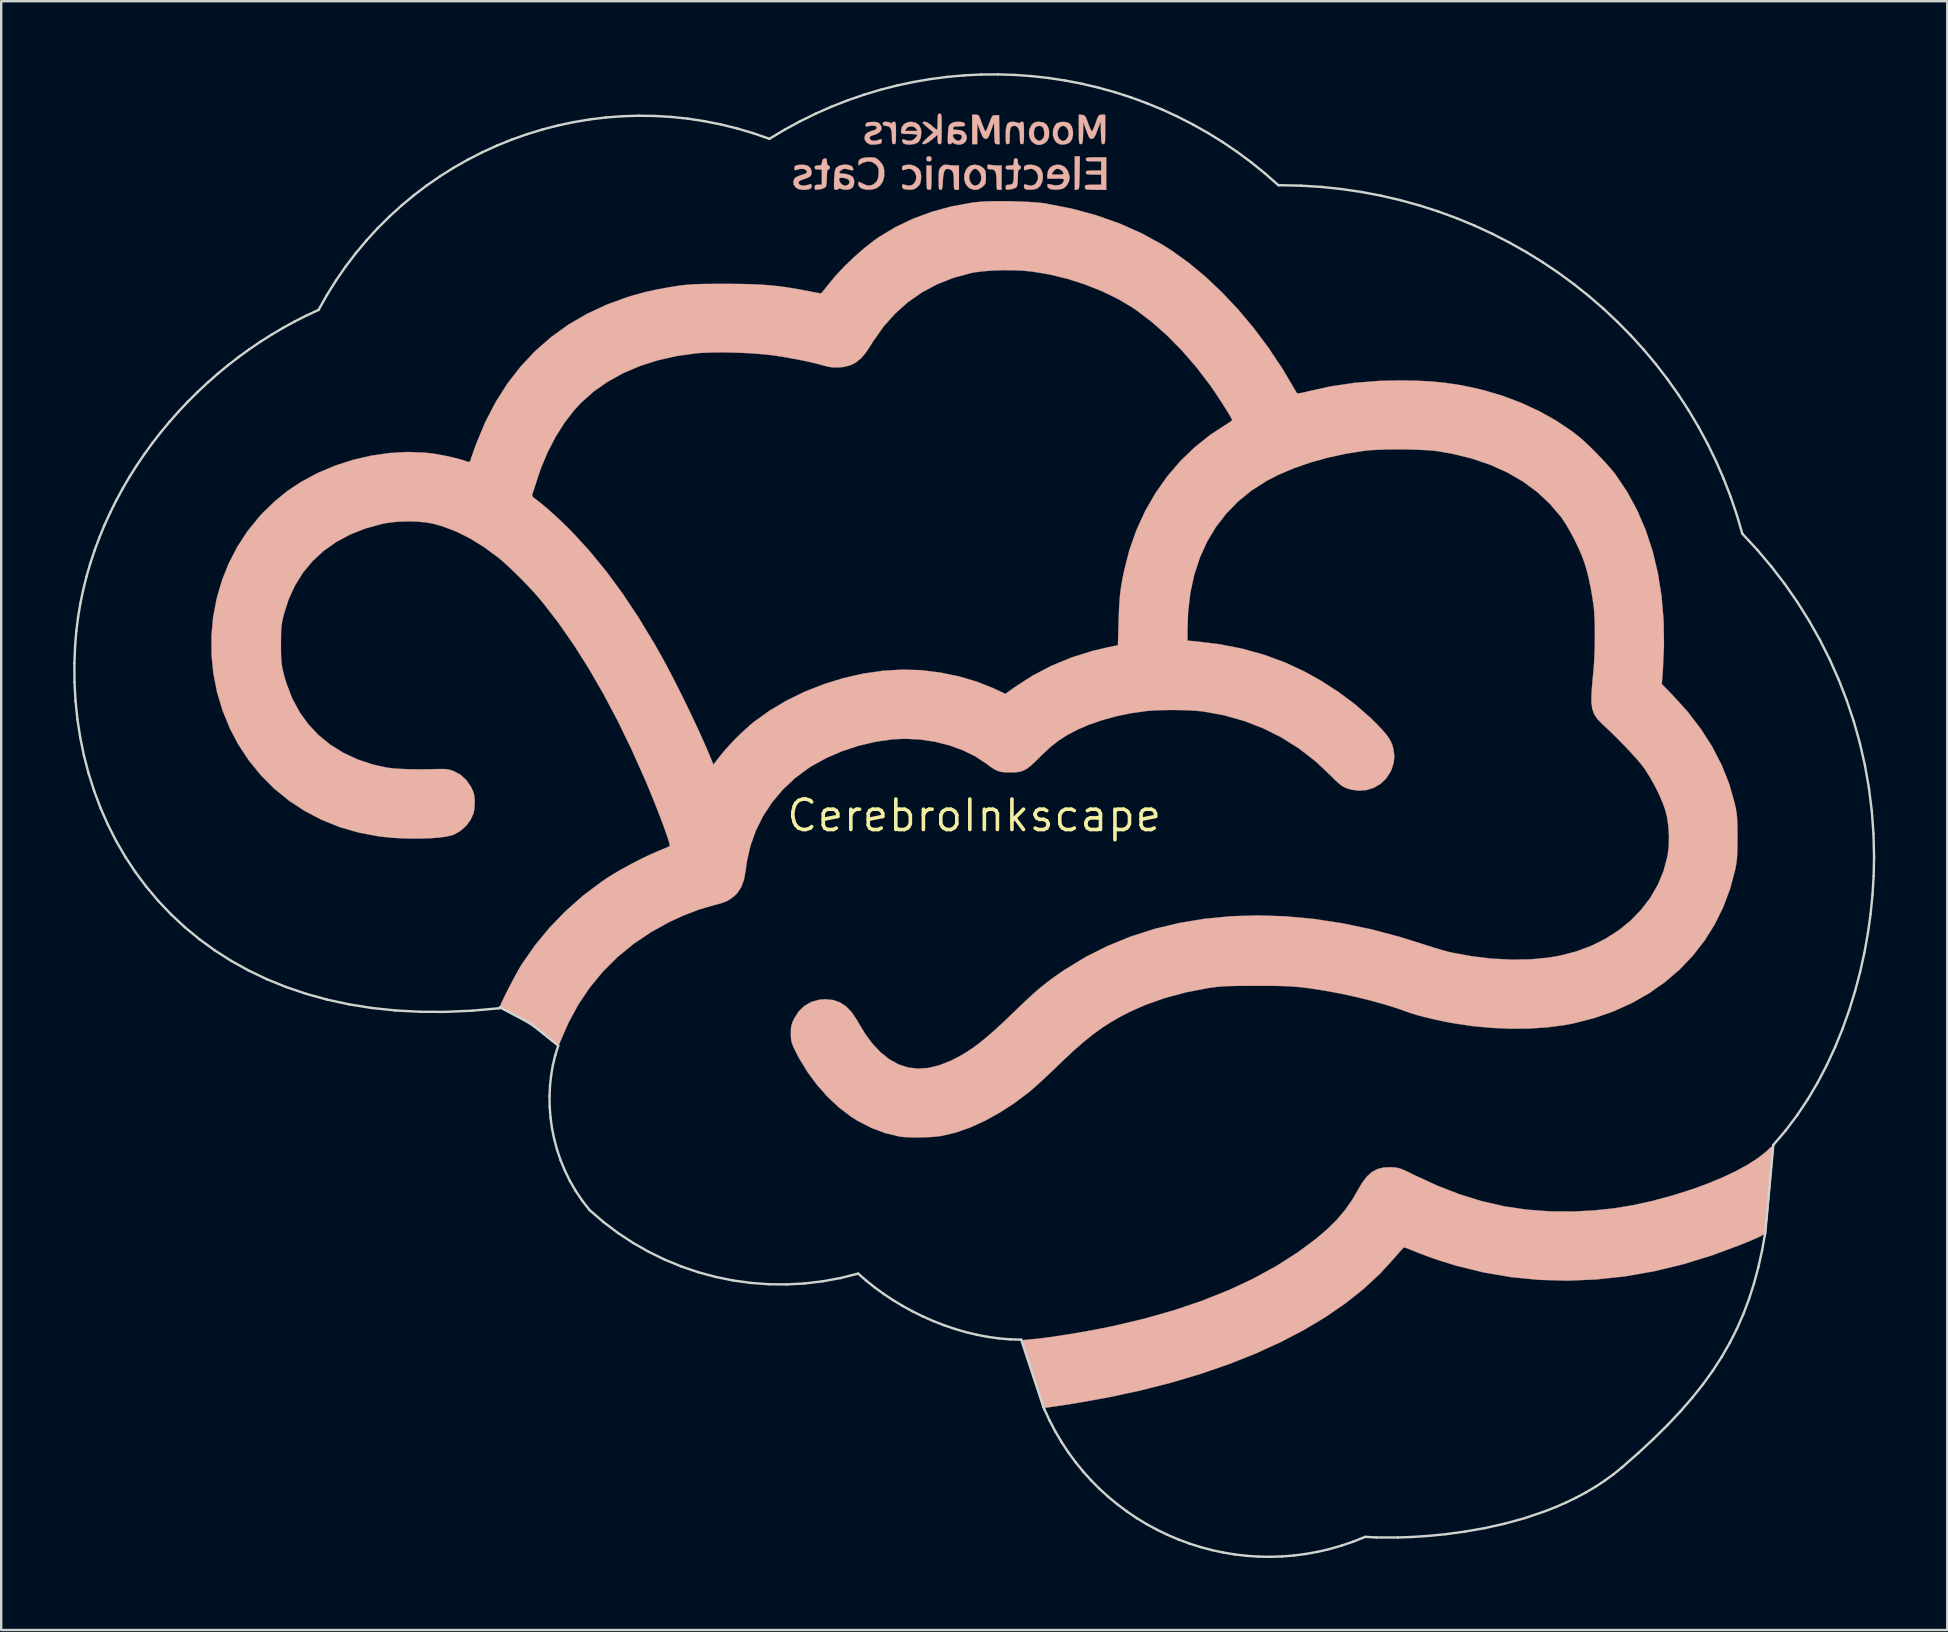
<source format=kicad_pcb>
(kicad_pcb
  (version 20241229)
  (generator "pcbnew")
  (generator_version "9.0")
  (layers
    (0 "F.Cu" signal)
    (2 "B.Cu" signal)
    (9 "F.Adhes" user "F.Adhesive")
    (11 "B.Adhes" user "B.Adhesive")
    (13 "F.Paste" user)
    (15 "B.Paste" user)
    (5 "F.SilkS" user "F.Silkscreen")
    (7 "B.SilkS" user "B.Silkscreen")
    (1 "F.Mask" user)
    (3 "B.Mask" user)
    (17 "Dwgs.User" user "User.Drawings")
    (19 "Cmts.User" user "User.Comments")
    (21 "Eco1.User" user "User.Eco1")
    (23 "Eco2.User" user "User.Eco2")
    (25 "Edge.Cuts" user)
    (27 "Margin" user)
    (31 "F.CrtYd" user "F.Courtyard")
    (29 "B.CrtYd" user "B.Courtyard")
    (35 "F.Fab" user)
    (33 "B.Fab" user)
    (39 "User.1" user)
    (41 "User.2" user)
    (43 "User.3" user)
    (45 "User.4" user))
  (footprint "CerebroInkscape"
    (layer "F.Cu")
    (at 37.547 30.938)
    (property "Reference" "CerebroInkscape" (at 0 0 0) (layer "F.SilkS") (effects (font (size 1.27 1.27) (thickness 0.15))))
    (attr through_hole)
    (fp_poly (pts (xy 6.93 -28.698) (xy 7.172 -28.594) (xy 7.244 -28.547) (xy 7.356 -28.467) (xy 7.447 -28.404) (xy 7.472 -28.386) (xy 7.536 -28.376) (xy 7.621 -28.431) (xy 7.65 -28.458) (xy 7.815 -28.578) (xy 8.008 -28.665) (xy 8.191 -28.702) (xy 8.205 -28.702) (xy 8.439 -28.665) (xy 8.643 -28.564) (xy 8.809 -28.413) (xy 8.929 -28.225) (xy 8.995 -28.015) (xy 9 -27.796) (xy 8.937 -27.583) (xy 8.878 -27.485) (xy 8.821 -27.423) (xy 8.715 -27.322) (xy 8.571 -27.191) (xy 8.4 -27.04) (xy 8.214 -26.879) (xy 8.024 -26.718) (xy 7.842 -26.566) (xy 7.68 -26.434) (xy 7.548 -26.33) (xy 7.458 -26.266) (xy 7.424 -26.248) (xy 7.384 -26.277) (xy 7.293 -26.356) (xy 7.16 -26.477) (xy 6.995 -26.631) (xy 6.807 -26.81) (xy 6.741 -26.873) (xy 6.475 -27.135) (xy 6.268 -27.35) (xy 6.124 -27.516) (xy 6.044 -27.63) (xy 6.032 -27.653) (xy 5.972 -27.904) (xy 5.993 -28.144) (xy 6.096 -28.363) (xy 6.237 -28.521) (xy 6.454 -28.661) (xy 6.688 -28.721) (xy 6.93 -28.698)) (stroke (width 0.01) (type solid)) (fill yes) (layer "B.Mask"))
    (fp_poly (pts (xy 4.393 -26.786) (xy 4.388 -26.531) (xy 4.383 -26.348) (xy 4.375 -26.225) (xy 4.363 -26.149) (xy 4.344 -26.109) (xy 4.318 -26.091) (xy 4.286 -26.085) (xy 4.191 -26.071) (xy 4.191 -27.474) (xy 4.405 -27.474) (xy 4.393 -26.786)) (stroke (width 0.01) (type solid)) (fill yes) (layer "B.SilkS"))
    (fp_poly (pts (xy -1.803 -27.457) (xy -1.778 -27.388) (xy -1.778 -27.369) (xy -1.795 -27.288) (xy -1.864 -27.263) (xy -1.884 -27.263) (xy -1.964 -27.28) (xy -1.989 -27.349) (xy -1.99 -27.369) (xy -1.972 -27.449) (xy -1.903 -27.474) (xy -1.884 -27.474) (xy -1.803 -27.457)) (stroke (width 0.01) (type solid)) (fill yes) (layer "B.SilkS"))
    (fp_poly (pts (xy -1.778 -26.585) (xy -1.779 -26.37) (xy -1.784 -26.226) (xy -1.794 -26.138) (xy -1.811 -26.094) (xy -1.839 -26.078) (xy -1.856 -26.077) (xy -1.936 -26.091) (xy -1.961 -26.106) (xy -1.973 -26.157) (xy -1.982 -26.275) (xy -1.988 -26.441) (xy -1.99 -26.614) (xy -1.99 -27.093) (xy -1.778 -27.093) (xy -1.778 -26.585)) (stroke (width 0.01) (type solid)) (fill yes) (layer "B.SilkS"))
    (fp_poly (pts (xy 0.688 -27.117) (xy 0.83 -27.098) (xy 0.981 -27.092) (xy 0.984 -27.092) (xy 1.143 -27.095) (xy 1.143 -26.077) (xy 1.037 -26.077) (xy 0.985 -26.081) (xy 0.954 -26.102) (xy 0.938 -26.159) (xy 0.932 -26.268) (xy 0.931 -26.429) (xy 0.924 -26.65) (xy 0.897 -26.799) (xy 0.846 -26.888) (xy 0.765 -26.928) (xy 0.684 -26.933) (xy 0.59 -26.94) (xy 0.555 -26.982) (xy 0.55 -27.037) (xy 0.558 -27.109) (xy 0.599 -27.13) (xy 0.688 -27.117)) (stroke (width 0.01) (type solid)) (fill yes) (layer "B.SilkS"))
    (fp_poly (pts (xy -3.307 -28.908) (xy -3.283 -28.882) (xy -3.269 -28.822) (xy -3.262 -28.711) (xy -3.26 -28.536) (xy -3.26 -28.448) (xy -3.261 -28.244) (xy -3.265 -28.11) (xy -3.276 -28.032) (xy -3.297 -27.994) (xy -3.328 -27.983) (xy -3.344 -27.982) (xy -3.388 -27.99) (xy -3.413 -28.025) (xy -3.425 -28.104) (xy -3.429 -28.246) (xy -3.429 -28.293) (xy -3.441 -28.501) (xy -3.48 -28.638) (xy -3.553 -28.715) (xy -3.667 -28.744) (xy -3.697 -28.744) (xy -3.783 -28.762) (xy -3.81 -28.823) (xy -3.81 -28.829) (xy -3.792 -28.889) (xy -3.724 -28.912) (xy -3.67 -28.914) (xy -3.558 -28.899) (xy -3.481 -28.864) (xy -3.48 -28.863) (xy -3.438 -28.833) (xy -3.429 -28.863) (xy -3.394 -28.904) (xy -3.344 -28.914) (xy -3.307 -28.908)) (stroke (width 0.01) (type solid)) (fill yes) (layer "B.SilkS"))
    (fp_poly (pts (xy 2.578 -27.082) (xy 2.72 -27.005) (xy 2.778 -26.943) (xy 2.849 -26.772) (xy 2.865 -26.582) (xy 2.83 -26.396) (xy 2.749 -26.238) (xy 2.626 -26.132) (xy 2.625 -26.131) (xy 2.508 -26.098) (xy 2.354 -26.082) (xy 2.206 -26.087) (xy 2.127 -26.105) (xy 2.086 -26.16) (xy 2.074 -26.228) (xy 2.083 -26.297) (xy 2.127 -26.307) (xy 2.183 -26.288) (xy 2.357 -26.249) (xy 2.493 -26.281) (xy 2.579 -26.358) (xy 2.656 -26.515) (xy 2.659 -26.682) (xy 2.589 -26.833) (xy 2.558 -26.867) (xy 2.459 -26.939) (xy 2.346 -26.955) (xy 2.195 -26.919) (xy 2.148 -26.901) (xy 2.093 -26.897) (xy 2.075 -26.955) (xy 2.074 -26.981) (xy 2.088 -27.057) (xy 2.146 -27.098) (xy 2.227 -27.118) (xy 2.404 -27.123) (xy 2.578 -27.082)) (stroke (width 0.01) (type solid)) (fill yes) (layer "B.SilkS"))
    (fp_poly (pts (xy -1.109 -27.117) (xy -0.951 -27.099) (xy -0.794 -27.093) (xy -0.635 -27.095) (xy -0.635 -26.077) (xy -0.741 -26.077) (xy -0.793 -26.081) (xy -0.824 -26.102) (xy -0.84 -26.159) (xy -0.846 -26.268) (xy -0.847 -26.429) (xy -0.853 -26.641) (xy -0.877 -26.784) (xy -0.924 -26.875) (xy -1 -26.927) (xy -1.039 -26.941) (xy -1.141 -26.951) (xy -1.214 -26.907) (xy -1.263 -26.801) (xy -1.293 -26.624) (xy -1.304 -26.464) (xy -1.315 -26.28) (xy -1.328 -26.166) (xy -1.347 -26.104) (xy -1.377 -26.08) (xy -1.402 -26.077) (xy -1.438 -26.084) (xy -1.462 -26.116) (xy -1.475 -26.186) (xy -1.48 -26.312) (xy -1.482 -26.503) (xy -1.48 -26.698) (xy -1.473 -26.829) (xy -1.457 -26.915) (xy -1.427 -26.975) (xy -1.38 -27.03) (xy -1.373 -27.036) (xy -1.283 -27.109) (xy -1.189 -27.127) (xy -1.109 -27.117)) (stroke (width 0.01) (type solid)) (fill yes) (layer "B.SilkS"))
    (fp_poly (pts (xy -2.49 -27.076) (xy -2.468 -27.066) (xy -2.323 -26.969) (xy -2.24 -26.841) (xy -2.211 -26.665) (xy -2.214 -26.546) (xy -2.233 -26.398) (xy -2.273 -26.298) (xy -2.35 -26.211) (xy -2.365 -26.197) (xy -2.486 -26.112) (xy -2.616 -26.083) (xy -2.678 -26.082) (xy -2.809 -26.09) (xy -2.914 -26.103) (xy -2.932 -26.107) (xy -2.992 -26.162) (xy -3.006 -26.228) (xy -2.997 -26.297) (xy -2.953 -26.307) (xy -2.897 -26.288) (xy -2.722 -26.249) (xy -2.582 -26.283) (xy -2.505 -26.345) (xy -2.426 -26.485) (xy -2.414 -26.647) (xy -2.47 -26.802) (xy -2.522 -26.867) (xy -2.621 -26.939) (xy -2.734 -26.955) (xy -2.885 -26.919) (xy -2.932 -26.901) (xy -2.987 -26.897) (xy -3.005 -26.956) (xy -3.006 -26.98) (xy -2.995 -27.049) (xy -2.95 -27.088) (xy -2.847 -27.112) (xy -2.817 -27.116) (xy -2.645 -27.123) (xy -2.49 -27.076)) (stroke (width 0.01) (type solid)) (fill yes) (layer "B.SilkS"))
    (fp_poly (pts (xy 0.227 -27.086) (xy 0.379 -26.988) (xy 0.439 -26.916) (xy 0.472 -26.836) (xy 0.485 -26.718) (xy 0.487 -26.602) (xy 0.484 -26.448) (xy 0.467 -26.35) (xy 0.428 -26.28) (xy 0.356 -26.208) (xy 0.349 -26.201) (xy 0.179 -26.097) (xy -0.000003 -26.075) (xy -0.175 -26.135) (xy -0.26 -26.197) (xy -0.365 -26.341) (xy -0.415 -26.516) (xy -0.415 -26.555) (xy -0.209 -26.555) (xy -0.163 -26.403) (xy -0.068 -26.285) (xy 0.044 -26.247) (xy 0.164 -26.291) (xy 0.212 -26.331) (xy 0.283 -26.457) (xy 0.298 -26.613) (xy 0.259 -26.766) (xy 0.192 -26.862) (xy 0.095 -26.944) (xy 0.017 -26.956) (xy -0.071 -26.898) (xy -0.108 -26.862) (xy -0.192 -26.722) (xy -0.209 -26.555) (xy -0.415 -26.555) (xy -0.413 -26.702) (xy -0.36 -26.877) (xy -0.261 -27.018) (xy -0.138 -27.098) (xy 0.043 -27.126) (xy 0.227 -27.086)) (stroke (width 0.01) (type solid)) (fill yes) (layer "B.SilkS"))
    (fp_poly (pts (xy 3.885 -28.886) (xy 3.977 -28.84) (xy 4.065 -28.719) (xy 4.113 -28.553) (xy 4.118 -28.37) (xy 4.081 -28.198) (xy 4.001 -28.067) (xy 3.99 -28.057) (xy 3.87 -27.994) (xy 3.715 -27.962) (xy 3.577 -27.97) (xy 3.433 -28.046) (xy 3.332 -28.181) (xy 3.281 -28.358) (xy 3.285 -28.486) (xy 3.477 -28.486) (xy 3.479 -28.349) (xy 3.529 -28.225) (xy 3.556 -28.194) (xy 3.64 -28.131) (xy 3.704 -28.109) (xy 3.779 -28.137) (xy 3.852 -28.194) (xy 3.92 -28.308) (xy 3.936 -28.443) (xy 3.907 -28.576) (xy 3.84 -28.684) (xy 3.74 -28.741) (xy 3.704 -28.744) (xy 3.596 -28.708) (xy 3.519 -28.614) (xy 3.477 -28.486) (xy 3.285 -28.486) (xy 3.288 -28.557) (xy 3.299 -28.607) (xy 3.351 -28.734) (xy 3.42 -28.832) (xy 3.44 -28.849) (xy 3.569 -28.899) (xy 3.73 -28.911) (xy 3.885 -28.886)) (stroke (width 0.01) (type solid)) (fill yes) (layer "B.SilkS"))
    (fp_poly (pts (xy 5.503 -26.077) (xy 5.087 -26.077) (xy 4.907 -26.08) (xy 4.76 -26.087) (xy 4.666 -26.098) (xy 4.643 -26.106) (xy 4.618 -26.168) (xy 4.614 -26.211) (xy 4.623 -26.25) (xy 4.662 -26.274) (xy 4.746 -26.285) (xy 4.893 -26.289) (xy 4.953 -26.289) (xy 5.292 -26.289) (xy 5.292 -26.712) (xy 4.974 -26.712) (xy 4.812 -26.714) (xy 4.717 -26.723) (xy 4.671 -26.744) (xy 4.657 -26.782) (xy 4.657 -26.797) (xy 4.664 -26.84) (xy 4.698 -26.866) (xy 4.777 -26.878) (xy 4.917 -26.882) (xy 4.974 -26.882) (xy 5.292 -26.882) (xy 5.292 -27.263) (xy 4.974 -27.263) (xy 4.812 -27.265) (xy 4.717 -27.274) (xy 4.671 -27.295) (xy 4.657 -27.332) (xy 4.657 -27.347) (xy 4.662 -27.386) (xy 4.69 -27.411) (xy 4.755 -27.424) (xy 4.872 -27.431) (xy 5.057 -27.432) (xy 5.08 -27.432) (xy 5.503 -27.432) (xy 5.503 -26.077)) (stroke (width 0.01) (type solid)) (fill yes) (layer "B.SilkS"))
    (fp_poly (pts (xy -6.17 -27.38) (xy -6.143 -27.335) (xy -6.138 -27.244) (xy -6.125 -27.134) (xy -6.083 -27.094) (xy -6.075 -27.093) (xy -6.023 -27.058) (xy -6.011 -27.009) (xy -6.038 -26.94) (xy -6.075 -26.924) (xy -6.108 -26.908) (xy -6.127 -26.849) (xy -6.137 -26.733) (xy -6.138 -26.593) (xy -6.145 -26.404) (xy -6.165 -26.263) (xy -6.191 -26.194) (xy -6.263 -26.147) (xy -6.383 -26.108) (xy -6.445 -26.097) (xy -6.566 -26.082) (xy -6.625 -26.089) (xy -6.645 -26.128) (xy -6.646 -26.178) (xy -6.636 -26.253) (xy -6.588 -26.284) (xy -6.498 -26.289) (xy -6.35 -26.289) (xy -6.35 -26.924) (xy -6.498 -26.924) (xy -6.6 -26.933) (xy -6.641 -26.97) (xy -6.646 -27.009) (xy -6.629 -27.067) (xy -6.564 -27.091) (xy -6.501 -27.093) (xy -6.401 -27.102) (xy -6.358 -27.143) (xy -6.342 -27.231) (xy -6.317 -27.334) (xy -6.257 -27.377) (xy -6.234 -27.382) (xy -6.17 -27.38)) (stroke (width 0.01) (type solid)) (fill yes) (layer "B.SilkS"))
    (fp_poly (pts (xy 2.891 -28.884) (xy 3.021 -28.794) (xy 3.099 -28.638) (xy 3.122 -28.515) (xy 3.117 -28.296) (xy 3.052 -28.127) (xy 2.927 -28.014) (xy 2.894 -27.998) (xy 2.765 -27.953) (xy 2.665 -27.949) (xy 2.548 -27.986) (xy 2.518 -27.999) (xy 2.393 -28.096) (xy 2.313 -28.243) (xy 2.281 -28.419) (xy 2.283 -28.44) (xy 2.486 -28.44) (xy 2.502 -28.299) (xy 2.559 -28.206) (xy 2.581 -28.186) (xy 2.667 -28.125) (xy 2.73 -28.118) (xy 2.811 -28.164) (xy 2.827 -28.175) (xy 2.895 -28.251) (xy 2.92 -28.369) (xy 2.921 -28.411) (xy 2.903 -28.59) (xy 2.845 -28.698) (xy 2.745 -28.743) (xy 2.713 -28.744) (xy 2.588 -28.716) (xy 2.515 -28.627) (xy 2.487 -28.471) (xy 2.486 -28.44) (xy 2.283 -28.44) (xy 2.301 -28.598) (xy 2.377 -28.759) (xy 2.396 -28.783) (xy 2.479 -28.866) (xy 2.568 -28.904) (xy 2.702 -28.914) (xy 2.706 -28.914) (xy 2.891 -28.884)) (stroke (width 0.01) (type solid)) (fill yes) (layer "B.SilkS"))
    (fp_poly (pts (xy -4.205 -27.428) (xy -4.107 -27.407) (xy -4.025 -27.355) (xy -3.937 -27.273) (xy -3.829 -27.145) (xy -3.772 -27.015) (xy -3.751 -26.903) (xy -3.748 -26.65) (xy -3.805 -26.43) (xy -3.918 -26.256) (xy -4.078 -26.141) (xy -4.087 -26.137) (xy -4.272 -26.09) (xy -4.474 -26.084) (xy -4.655 -26.12) (xy -4.71 -26.144) (xy -4.805 -26.23) (xy -4.826 -26.312) (xy -4.825 -26.381) (xy -4.809 -26.407) (xy -4.759 -26.393) (xy -4.654 -26.341) (xy -4.636 -26.331) (xy -4.479 -26.265) (xy -4.355 -26.252) (xy -4.23 -26.291) (xy -4.197 -26.307) (xy -4.075 -26.409) (xy -4.004 -26.567) (xy -3.979 -26.79) (xy -3.979 -26.802) (xy -3.988 -26.946) (xy -4.025 -27.045) (xy -4.103 -27.139) (xy -4.257 -27.238) (xy -4.438 -27.262) (xy -4.628 -27.211) (xy -4.688 -27.178) (xy -4.826 -27.095) (xy -4.826 -27.214) (xy -4.798 -27.316) (xy -4.71 -27.384) (xy -4.555 -27.422) (xy -4.353 -27.432) (xy -4.205 -27.428)) (stroke (width 0.01) (type solid)) (fill yes) (layer "B.SilkS"))
    (fp_poly (pts (xy -2.443 -28.878) (xy -2.303 -28.778) (xy -2.22 -28.621) (xy -2.201 -28.474) (xy -2.226 -28.254) (xy -2.299 -28.098) (xy -2.368 -28.036) (xy -2.505 -27.984) (xy -2.68 -27.962) (xy -2.85 -27.974) (xy -2.857 -27.976) (xy -2.96 -28.022) (xy -2.999 -28.105) (xy -2.999 -28.176) (xy -2.958 -28.183) (xy -2.935 -28.175) (xy -2.747 -28.121) (xy -2.602 -28.13) (xy -2.485 -28.203) (xy -2.48 -28.208) (xy -2.407 -28.292) (xy -2.372 -28.355) (xy -2.371 -28.361) (xy -2.411 -28.385) (xy -2.524 -28.4) (xy -2.698 -28.406) (xy -2.709 -28.406) (xy -2.877 -28.407) (xy -2.978 -28.414) (xy -3.028 -28.432) (xy -3.046 -28.467) (xy -3.048 -28.514) (xy -3.045 -28.533) (xy -2.889 -28.533) (xy -2.36 -28.533) (xy -2.424 -28.628) (xy -2.516 -28.705) (xy -2.625 -28.723) (xy -2.756 -28.695) (xy -2.826 -28.628) (xy -2.889 -28.533) (xy -3.045 -28.533) (xy -3.013 -28.696) (xy -2.914 -28.826) (xy -2.756 -28.899) (xy -2.632 -28.912) (xy -2.443 -28.878)) (stroke (width 0.01) (type solid)) (fill yes) (layer "B.SilkS"))
    (fp_poly (pts (xy 0.122 -29.206) (xy 0.171 -29.184) (xy 0.212 -29.129) (xy 0.257 -29.023) (xy 0.312 -28.871) (xy 0.371 -28.714) (xy 0.422 -28.591) (xy 0.458 -28.52) (xy 0.465 -28.512) (xy 0.493 -28.54) (xy 0.54 -28.631) (xy 0.597 -28.768) (xy 0.624 -28.84) (xy 0.686 -29.007) (xy 0.732 -29.11) (xy 0.773 -29.164) (xy 0.822 -29.185) (xy 0.891 -29.189) (xy 0.894 -29.189) (xy 1.037 -29.189) (xy 1.049 -28.586) (xy 1.061 -27.982) (xy 0.955 -27.982) (xy 0.909 -27.985) (xy 0.878 -28.003) (xy 0.859 -28.051) (xy 0.848 -28.143) (xy 0.841 -28.296) (xy 0.838 -28.437) (xy 0.826 -28.892) (xy 0.699 -28.541) (xy 0.635 -28.373) (xy 0.588 -28.269) (xy 0.547 -28.217) (xy 0.503 -28.201) (xy 0.471 -28.203) (xy 0.414 -28.223) (xy 0.364 -28.278) (xy 0.31 -28.383) (xy 0.251 -28.533) (xy 0.132 -28.85) (xy 0.129 -28.416) (xy 0.127 -27.982) (xy -0.085 -27.982) (xy -0.085 -29.21) (xy 0.054 -29.21) (xy 0.122 -29.206)) (stroke (width 0.01) (type solid)) (fill yes) (layer "B.SilkS"))
    (fp_poly (pts (xy 1.794 -27.373) (xy 1.818 -27.308) (xy 1.82 -27.241) (xy 1.834 -27.132) (xy 1.878 -27.094) (xy 1.884 -27.093) (xy 1.936 -27.058) (xy 1.947 -27.009) (xy 1.921 -26.94) (xy 1.884 -26.924) (xy 1.851 -26.908) (xy 1.831 -26.849) (xy 1.822 -26.733) (xy 1.82 -26.593) (xy 1.813 -26.404) (xy 1.793 -26.263) (xy 1.767 -26.194) (xy 1.696 -26.147) (xy 1.575 -26.108) (xy 1.513 -26.097) (xy 1.393 -26.082) (xy 1.334 -26.089) (xy 1.314 -26.128) (xy 1.312 -26.178) (xy 1.323 -26.254) (xy 1.372 -26.284) (xy 1.456 -26.289) (xy 1.546 -26.3) (xy 1.603 -26.342) (xy 1.635 -26.431) (xy 1.649 -26.581) (xy 1.65 -26.702) (xy 1.651 -26.924) (xy 1.482 -26.924) (xy 1.371 -26.931) (xy 1.322 -26.96) (xy 1.312 -27.009) (xy 1.327 -27.064) (xy 1.384 -27.089) (xy 1.482 -27.093) (xy 1.59 -27.098) (xy 1.638 -27.126) (xy 1.651 -27.198) (xy 1.651 -27.241) (xy 1.66 -27.344) (xy 1.697 -27.385) (xy 1.736 -27.39) (xy 1.794 -27.373)) (stroke (width 0.01) (type solid)) (fill yes) (layer "B.SilkS"))
    (fp_poly (pts (xy -6.926 -27.075) (xy -6.817 -26.977) (xy -6.774 -26.834) (xy -6.773 -26.817) (xy -6.786 -26.712) (xy -6.834 -26.638) (xy -6.934 -26.579) (xy -7.101 -26.521) (xy -7.107 -26.52) (xy -7.242 -26.471) (xy -7.309 -26.422) (xy -7.324 -26.373) (xy -7.288 -26.298) (xy -7.192 -26.257) (xy -7.055 -26.254) (xy -6.895 -26.291) (xy -6.847 -26.309) (xy -6.792 -26.316) (xy -6.774 -26.259) (xy -6.773 -26.235) (xy -6.794 -26.156) (xy -6.863 -26.107) (xy -6.994 -26.083) (xy -7.138 -26.078) (xy -7.326 -26.11) (xy -7.424 -26.165) (xy -7.516 -26.285) (xy -7.532 -26.431) (xy -7.493 -26.543) (xy -7.429 -26.599) (xy -7.31 -26.658) (xy -7.22 -26.689) (xy -7.063 -26.741) (xy -6.981 -26.787) (xy -6.966 -26.837) (xy -7.008 -26.899) (xy -7.013 -26.904) (xy -7.118 -26.952) (xy -7.271 -26.946) (xy -7.419 -26.902) (xy -7.474 -26.897) (xy -7.492 -26.955) (xy -7.493 -26.98) (xy -7.483 -27.049) (xy -7.437 -27.088) (xy -7.332 -27.112) (xy -7.307 -27.116) (xy -7.091 -27.123) (xy -6.926 -27.075)) (stroke (width 0.01) (type solid)) (fill yes) (layer "B.SilkS"))
    (fp_poly (pts (xy 2.027 -28.908) (xy 2.051 -28.882) (xy 2.065 -28.822) (xy 2.072 -28.711) (xy 2.074 -28.536) (xy 2.074 -28.448) (xy 2.073 -28.244) (xy 2.069 -28.11) (xy 2.058 -28.032) (xy 2.037 -27.994) (xy 2.006 -27.983) (xy 1.99 -27.982) (xy 1.945 -27.991) (xy 1.919 -28.028) (xy 1.908 -28.112) (xy 1.905 -28.261) (xy 1.905 -28.269) (xy 1.888 -28.498) (xy 1.836 -28.651) (xy 1.749 -28.731) (xy 1.678 -28.744) (xy 1.587 -28.73) (xy 1.528 -28.677) (xy 1.496 -28.573) (xy 1.483 -28.403) (xy 1.482 -28.313) (xy 1.48 -28.146) (xy 1.471 -28.048) (xy 1.452 -27.999) (xy 1.417 -27.983) (xy 1.397 -27.982) (xy 1.356 -27.989) (xy 1.331 -28.019) (xy 1.318 -28.09) (xy 1.313 -28.217) (xy 1.312 -28.354) (xy 1.32 -28.587) (xy 1.347 -28.749) (xy 1.399 -28.849) (xy 1.482 -28.9) (xy 1.593 -28.914) (xy 1.719 -28.901) (xy 1.82 -28.871) (xy 1.823 -28.87) (xy 1.891 -28.848) (xy 1.905 -28.87) (xy 1.94 -28.905) (xy 1.99 -28.914) (xy 2.027 -28.908)) (stroke (width 0.01) (type solid)) (fill yes) (layer "B.SilkS"))
    (fp_poly (pts (xy -4.019 -28.887) (xy -3.949 -28.841) (xy -3.939 -28.831) (xy -3.864 -28.711) (xy -3.866 -28.59) (xy -3.94 -28.481) (xy -4.08 -28.397) (xy -4.168 -28.368) (xy -4.293 -28.327) (xy -4.351 -28.279) (xy -4.36 -28.237) (xy -4.324 -28.162) (xy -4.23 -28.123) (xy -4.098 -28.126) (xy -4.016 -28.147) (xy -3.921 -28.179) (xy -3.869 -28.194) (xy -3.867 -28.194) (xy -3.852 -28.161) (xy -3.855 -28.09) (xy -3.872 -28.026) (xy -3.884 -28.011) (xy -3.962 -27.988) (xy -4.086 -27.97) (xy -4.22 -27.962) (xy -4.324 -27.966) (xy -4.339 -27.97) (xy -4.476 -28.04) (xy -4.557 -28.156) (xy -4.572 -28.24) (xy -4.542 -28.368) (xy -4.448 -28.462) (xy -4.281 -28.53) (xy -4.251 -28.538) (xy -4.126 -28.58) (xy -4.071 -28.631) (xy -4.064 -28.665) (xy -4.078 -28.717) (xy -4.132 -28.744) (xy -4.248 -28.754) (xy -4.276 -28.755) (xy -4.328 -28.746) (xy -4.416 -28.727) (xy -4.5 -28.715) (xy -4.526 -28.745) (xy -4.522 -28.796) (xy -4.505 -28.851) (xy -4.459 -28.883) (xy -4.364 -28.899) (xy -4.267 -28.905) (xy -4.116 -28.907) (xy -4.019 -28.887)) (stroke (width 0.01) (type solid)) (fill yes) (layer "B.SilkS"))
    (fp_poly (pts (xy -1.407 -29.248) (xy -1.384 -29.227) (xy -1.369 -29.177) (xy -1.36 -29.085) (xy -1.356 -28.939) (xy -1.355 -28.725) (xy -1.355 -28.617) (xy -1.355 -28.373) (xy -1.358 -28.201) (xy -1.365 -28.089) (xy -1.377 -28.023) (xy -1.396 -27.992) (xy -1.425 -27.983) (xy -1.439 -27.982) (xy -1.492 -27.994) (xy -1.517 -28.045) (xy -1.524 -28.155) (xy -1.524 -28.178) (xy -1.524 -28.374) (xy -1.753 -28.178) (xy -1.894 -28.071) (xy -2.017 -28.003) (xy -2.109 -27.978) (xy -2.156 -28.003) (xy -2.159 -28.021) (xy -2.13 -28.067) (xy -2.052 -28.15) (xy -1.942 -28.254) (xy -1.93 -28.265) (xy -1.701 -28.469) (xy -1.927 -28.66) (xy -2.04 -28.759) (xy -2.122 -28.838) (xy -2.156 -28.881) (xy -2.156 -28.882) (xy -2.122 -28.906) (xy -2.052 -28.914) (xy -1.948 -28.881) (xy -1.815 -28.791) (xy -1.762 -28.744) (xy -1.659 -28.654) (xy -1.582 -28.592) (xy -1.551 -28.575) (xy -1.538 -28.614) (xy -1.529 -28.718) (xy -1.524 -28.866) (xy -1.524 -28.914) (xy -1.522 -29.082) (xy -1.514 -29.184) (xy -1.495 -29.234) (xy -1.462 -29.251) (xy -1.439 -29.252) (xy -1.407 -29.248)) (stroke (width 0.01) (type solid)) (fill yes) (layer "B.SilkS"))
    (fp_poly (pts (xy 3.613 -27.11) (xy 3.759 -27.039) (xy 3.875 -26.911) (xy 3.913 -26.835) (xy 3.955 -26.709) (xy 3.978 -26.603) (xy 3.979 -26.583) (xy 3.948 -26.424) (xy 3.867 -26.271) (xy 3.757 -26.159) (xy 3.731 -26.144) (xy 3.577 -26.097) (xy 3.389 -26.082) (xy 3.21 -26.101) (xy 3.143 -26.121) (xy 3.064 -26.189) (xy 3.048 -26.25) (xy 3.062 -26.315) (xy 3.119 -26.318) (xy 3.143 -26.311) (xy 3.364 -26.263) (xy 3.543 -26.274) (xy 3.67 -26.34) (xy 3.737 -26.456) (xy 3.743 -26.498) (xy 3.724 -26.524) (xy 3.663 -26.537) (xy 3.545 -26.542) (xy 3.404 -26.543) (xy 3.048 -26.543) (xy 3.048 -26.71) (xy 3.057 -26.754) (xy 3.239 -26.754) (xy 3.244 -26.727) (xy 3.299 -26.715) (xy 3.421 -26.712) (xy 3.469 -26.712) (xy 3.614 -26.715) (xy 3.691 -26.728) (xy 3.719 -26.756) (xy 3.718 -26.785) (xy 3.673 -26.856) (xy 3.588 -26.923) (xy 3.472 -26.96) (xy 3.372 -26.924) (xy 3.273 -26.811) (xy 3.269 -26.805) (xy 3.239 -26.754) (xy 3.057 -26.754) (xy 3.082 -26.883) (xy 3.173 -27.012) (xy 3.303 -27.094) (xy 3.455 -27.128) (xy 3.613 -27.11)) (stroke (width 0.01) (type solid)) (fill yes) (layer "B.SilkS"))
    (fp_poly (pts (xy -0.524 -28.904) (xy -0.422 -28.871) (xy -0.383 -28.812) (xy -0.381 -28.792) (xy -0.396 -28.751) (xy -0.453 -28.729) (xy -0.571 -28.722) (xy -0.623 -28.722) (xy -0.766 -28.718) (xy -0.844 -28.7) (xy -0.877 -28.663) (xy -0.88 -28.649) (xy -0.876 -28.603) (xy -0.827 -28.581) (xy -0.714 -28.575) (xy -0.7 -28.575) (xy -0.551 -28.561) (xy -0.446 -28.511) (xy -0.4 -28.471) (xy -0.318 -28.342) (xy -0.307 -28.211) (xy -0.357 -28.092) (xy -0.456 -28.002) (xy -0.594 -27.958) (xy -0.741 -27.97) (xy -0.838 -28.009) (xy -0.878 -28.034) (xy -0.924 -28.054) (xy -0.931 -28.03) (xy -0.967 -27.992) (xy -1.02 -27.982) (xy -1.062 -27.987) (xy -1.087 -28.012) (xy -1.099 -28.074) (xy -1.1 -28.188) (xy -1.096 -28.323) (xy -0.889 -28.323) (xy -0.854 -28.237) (xy -0.77 -28.159) (xy -0.674 -28.119) (xy -0.64 -28.119) (xy -0.568 -28.162) (xy -0.538 -28.199) (xy -0.507 -28.298) (xy -0.553 -28.369) (xy -0.667 -28.403) (xy -0.718 -28.406) (xy -0.83 -28.398) (xy -0.88 -28.37) (xy -0.889 -28.323) (xy -1.096 -28.323) (xy -1.094 -28.367) (xy -1.085 -28.554) (xy -1.071 -28.676) (xy -1.047 -28.754) (xy -1.009 -28.806) (xy -0.98 -28.833) (xy -0.839 -28.898) (xy -0.697 -28.914) (xy -0.524 -28.904)) (stroke (width 0.01) (type solid)) (fill yes) (layer "B.SilkS"))
    (fp_poly (pts (xy -5.201 -27.106) (xy -5.094 -27.055) (xy -5.045 -26.975) (xy -5.041 -26.913) (xy -5.064 -26.888) (xy -5.132 -26.896) (xy -5.253 -26.93) (xy -5.373 -26.957) (xy -5.46 -26.943) (xy -5.523 -26.908) (xy -5.611 -26.834) (xy -5.618 -26.783) (xy -5.545 -26.757) (xy -5.488 -26.755) (xy -5.315 -26.735) (xy -5.162 -26.684) (xy -5.057 -26.612) (xy -5.037 -26.584) (xy -4.998 -26.441) (xy -5.012 -26.289) (xy -5.075 -26.168) (xy -5.08 -26.162) (xy -5.193 -26.099) (xy -5.344 -26.077) (xy -5.495 -26.098) (xy -5.546 -26.12) (xy -5.626 -26.139) (xy -5.651 -26.12) (xy -5.711 -26.085) (xy -5.764 -26.077) (xy -5.803 -26.082) (xy -5.827 -26.107) (xy -5.839 -26.168) (xy -5.841 -26.28) (xy -5.837 -26.458) (xy -5.835 -26.496) (xy -5.835 -26.503) (xy -5.63 -26.503) (xy -5.595 -26.397) (xy -5.51 -26.302) (xy -5.407 -26.25) (xy -5.379 -26.247) (xy -5.284 -26.275) (xy -5.229 -26.315) (xy -5.187 -26.4) (xy -5.217 -26.481) (xy -5.309 -26.544) (xy -5.451 -26.577) (xy -5.455 -26.577) (xy -5.567 -26.58) (xy -5.618 -26.56) (xy -5.63 -26.507) (xy -5.63 -26.503) (xy -5.835 -26.503) (xy -5.825 -26.703) (xy -5.809 -26.843) (xy -5.784 -26.935) (xy -5.746 -26.997) (xy -5.741 -27.003) (xy -5.634 -27.077) (xy -5.494 -27.118) (xy -5.341 -27.128) (xy -5.201 -27.106)) (stroke (width 0.01) (type solid)) (fill yes) (layer "B.SilkS"))
    (fp_poly (pts (xy 4.493 -29.202) (xy 4.559 -29.19) (xy 4.608 -29.16) (xy 4.652 -29.095) (xy 4.701 -28.979) (xy 4.753 -28.84) (xy 4.812 -28.687) (xy 4.865 -28.573) (xy 4.902 -28.515) (xy 4.911 -28.512) (xy 4.939 -28.558) (xy 4.986 -28.665) (xy 5.043 -28.812) (xy 5.064 -28.871) (xy 5.124 -29.035) (xy 5.168 -29.136) (xy 5.21 -29.188) (xy 5.26 -29.207) (xy 5.323 -29.21) (xy 5.461 -29.21) (xy 5.461 -28.596) (xy 5.46 -28.357) (xy 5.457 -28.189) (xy 5.45 -28.081) (xy 5.437 -28.019) (xy 5.417 -27.99) (xy 5.387 -27.983) (xy 5.378 -27.982) (xy 5.341 -27.988) (xy 5.317 -28.016) (xy 5.301 -28.08) (xy 5.291 -28.194) (xy 5.285 -28.374) (xy 5.282 -28.459) (xy 5.271 -28.935) (xy 5.139 -28.575) (xy 5.071 -28.399) (xy 5.019 -28.289) (xy 4.972 -28.23) (xy 4.921 -28.205) (xy 4.906 -28.203) (xy 4.854 -28.204) (xy 4.813 -28.233) (xy 4.771 -28.304) (xy 4.718 -28.432) (xy 4.678 -28.541) (xy 4.551 -28.892) (xy 4.539 -28.437) (xy 4.532 -28.236) (xy 4.524 -28.105) (xy 4.51 -28.028) (xy 4.487 -27.993) (xy 4.453 -27.983) (xy 4.444 -27.982) (xy 4.411 -27.987) (xy 4.388 -28.009) (xy 4.374 -28.062) (xy 4.365 -28.157) (xy 4.361 -28.309) (xy 4.36 -28.529) (xy 4.36 -28.599) (xy 4.36 -29.215) (xy 4.493 -29.202)) (stroke (width 0.01) (type solid)) (fill yes) (layer "B.SilkS"))
    (fp_poly (pts (xy 33.316 13.778) (xy 33.317 13.805) (xy 33.313 13.873) (xy 33.303 14.013) (xy 33.286 14.215) (xy 33.265 14.467) (xy 33.24 14.757) (xy 33.211 15.076) (xy 33.182 15.411) (xy 33.151 15.751) (xy 33.12 16.086) (xy 33.091 16.403) (xy 33.063 16.692) (xy 33.039 16.942) (xy 33.02 17.141) (xy 33.005 17.278) (xy 32.997 17.343) (xy 32.997 17.343) (xy 32.979 17.385) (xy 32.936 17.429) (xy 32.86 17.48) (xy 32.742 17.542) (xy 32.574 17.62) (xy 32.346 17.717) (xy 32.051 17.838) (xy 31.941 17.884) (xy 30.729 18.334) (xy 29.517 18.705) (xy 28.307 18.995) (xy 27.102 19.204) (xy 25.903 19.332) (xy 24.714 19.38) (xy 23.536 19.347) (xy 22.372 19.233) (xy 21.224 19.037) (xy 20.096 18.76) (xy 19.442 18.559) (xy 19.181 18.47) (xy 18.898 18.368) (xy 18.627 18.267) (xy 18.404 18.18) (xy 18.222 18.106) (xy 18.068 18.046) (xy 17.96 18.005) (xy 17.915 17.992) (xy 17.878 18.022) (xy 17.798 18.106) (xy 17.687 18.231) (xy 17.555 18.385) (xy 17.533 18.411) (xy 16.925 19.078) (xy 16.238 19.715) (xy 15.477 20.321) (xy 14.642 20.896) (xy 13.736 21.438) (xy 12.76 21.947) (xy 11.718 22.422) (xy 10.611 22.861) (xy 9.441 23.265) (xy 8.211 23.631) (xy 6.922 23.959) (xy 5.577 24.248) (xy 4.177 24.497) (xy 3.695 24.572) (xy 3.417 24.613) (xy 3.211 24.643) (xy 3.067 24.663) (xy 2.972 24.673) (xy 2.916 24.675) (xy 2.886 24.671) (xy 2.872 24.659) (xy 2.866 24.649) (xy 2.845 24.596) (xy 2.803 24.476) (xy 2.743 24.3) (xy 2.668 24.08) (xy 2.584 23.825) (xy 2.492 23.548) (xy 2.397 23.26) (xy 2.303 22.972) (xy 2.213 22.696) (xy 2.13 22.441) (xy 2.06 22.22) (xy 2.004 22.044) (xy 1.967 21.924) (xy 1.953 21.872) (xy 1.954 21.87) (xy 1.999 21.862) (xy 2.112 21.849) (xy 2.278 21.833) (xy 2.479 21.814) (xy 2.519 21.811) (xy 2.791 21.782) (xy 3.131 21.737) (xy 3.521 21.68) (xy 3.946 21.613) (xy 4.389 21.539) (xy 4.835 21.459) (xy 5.268 21.378) (xy 5.671 21.296) (xy 5.779 21.274) (xy 7.091 20.964) (xy 8.334 20.611) (xy 9.507 20.214) (xy 10.61 19.773) (xy 11.642 19.29) (xy 12.602 18.764) (xy 13.49 18.196) (xy 14.217 17.657) (xy 14.693 17.253) (xy 15.099 16.855) (xy 15.447 16.446) (xy 15.75 16.014) (xy 15.978 15.621) (xy 16.176 15.288) (xy 16.373 15.033) (xy 16.58 14.849) (xy 16.806 14.728) (xy 17.062 14.665) (xy 17.358 14.652) (xy 17.391 14.654) (xy 17.515 14.661) (xy 17.62 14.675) (xy 17.725 14.701) (xy 17.845 14.744) (xy 17.996 14.81) (xy 18.194 14.906) (xy 18.373 14.994) (xy 19.319 15.43) (xy 20.247 15.788) (xy 21.167 16.071) (xy 22.089 16.282) (xy 23.023 16.421) (xy 23.979 16.492) (xy 24.967 16.497) (xy 25.015 16.496) (xy 25.846 16.452) (xy 26.647 16.367) (xy 27.44 16.238) (xy 28.247 16.061) (xy 29.091 15.833) (xy 29.252 15.785) (xy 29.942 15.563) (xy 30.592 15.325) (xy 31.193 15.075) (xy 31.739 14.816) (xy 32.224 14.552) (xy 32.64 14.285) (xy 32.981 14.02) (xy 33.069 13.939) (xy 33.191 13.825) (xy 33.265 13.764) (xy 33.302 13.751) (xy 33.316 13.778)) (stroke (width 0.01) (type solid)) (fill yes) (layer "B.SilkS"))
    (fp_poly (pts (xy 1.445 -25.602) (xy 1.826 -25.593) (xy 2.194 -25.578) (xy 2.529 -25.557) (xy 2.811 -25.531) (xy 2.972 -25.509) (xy 4.052 -25.297) (xy 5.077 -25.021) (xy 6.048 -24.679) (xy 6.966 -24.272) (xy 7.83 -23.8) (xy 8.222 -23.552) (xy 8.936 -23.04) (xy 9.644 -22.452) (xy 10.337 -21.796) (xy 11.01 -21.08) (xy 11.653 -20.313) (xy 12.259 -19.504) (xy 12.822 -18.66) (xy 13.184 -18.055) (xy 13.283 -17.884) (xy 13.368 -17.741) (xy 13.43 -17.64) (xy 13.458 -17.599) (xy 13.51 -17.595) (xy 13.624 -17.612) (xy 13.781 -17.645) (xy 13.888 -17.672) (xy 14.841 -17.885) (xy 15.837 -18.033) (xy 16.881 -18.116) (xy 17.716 -18.135) (xy 18.414 -18.125) (xy 19.051 -18.092) (xy 19.649 -18.033) (xy 20.233 -17.945) (xy 20.822 -17.826) (xy 21.268 -17.718) (xy 22.059 -17.482) (xy 22.834 -17.186) (xy 23.58 -16.837) (xy 24.281 -16.442) (xy 24.924 -16.007) (xy 25.188 -15.802) (xy 25.394 -15.625) (xy 25.632 -15.402) (xy 25.887 -15.15) (xy 26.142 -14.885) (xy 26.381 -14.627) (xy 26.586 -14.39) (xy 26.725 -14.216) (xy 27.21 -13.494) (xy 27.631 -12.72) (xy 27.985 -11.896) (xy 28.272 -11.023) (xy 28.492 -10.104) (xy 28.645 -9.14) (xy 28.73 -8.133) (xy 28.746 -7.085) (xy 28.7 -6.081) (xy 28.656 -5.482) (xy 29.092 -5.036) (xy 29.729 -4.333) (xy 30.285 -3.609) (xy 30.759 -2.866) (xy 31.152 -2.103) (xy 31.463 -1.322) (xy 31.691 -0.523) (xy 31.715 -0.413) (xy 31.749 -0.248) (xy 31.773 -0.092) (xy 31.79 0.073) (xy 31.801 0.263) (xy 31.807 0.497) (xy 31.809 0.792) (xy 31.809 0.91) (xy 31.808 1.231) (xy 31.803 1.485) (xy 31.794 1.691) (xy 31.779 1.864) (xy 31.757 2.025) (xy 31.726 2.189) (xy 31.715 2.244) (xy 31.503 3.047) (xy 31.218 3.809) (xy 30.863 4.529) (xy 30.441 5.204) (xy 29.954 5.831) (xy 29.406 6.407) (xy 28.798 6.93) (xy 28.135 7.397) (xy 27.419 7.806) (xy 26.652 8.154) (xy 25.838 8.439) (xy 24.979 8.658) (xy 24.562 8.737) (xy 23.883 8.825) (xy 23.15 8.873) (xy 22.378 8.881) (xy 21.589 8.848) (xy 20.799 8.776) (xy 20.027 8.663) (xy 19.981 8.655) (xy 19.568 8.577) (xy 19.165 8.491) (xy 18.789 8.402) (xy 18.455 8.313) (xy 18.181 8.229) (xy 18.07 8.189) (xy 17.603 8.024) (xy 17.073 7.86) (xy 16.499 7.702) (xy 15.902 7.555) (xy 15.304 7.424) (xy 14.724 7.316) (xy 14.668 7.306) (xy 14.312 7.248) (xy 14.004 7.202) (xy 13.725 7.165) (xy 13.462 7.138) (xy 13.197 7.118) (xy 12.914 7.105) (xy 12.596 7.097) (xy 12.228 7.093) (xy 11.793 7.093) (xy 11.748 7.093) (xy 11.347 7.094) (xy 11.019 7.096) (xy 10.749 7.101) (xy 10.524 7.108) (xy 10.332 7.119) (xy 10.16 7.134) (xy 9.993 7.153) (xy 9.82 7.178) (xy 9.748 7.189) (xy 8.819 7.367) (xy 7.939 7.604) (xy 7.116 7.897) (xy 6.54 8.151) (xy 6.119 8.366) (xy 5.725 8.59) (xy 5.346 8.832) (xy 4.971 9.102) (xy 4.588 9.409) (xy 4.183 9.762) (xy 3.745 10.169) (xy 3.541 10.366) (xy 3.294 10.604) (xy 3.044 10.84) (xy 2.804 11.063) (xy 2.586 11.261) (xy 2.404 11.422) (xy 2.285 11.522) (xy 1.682 11.977) (xy 1.067 12.377) (xy 0.45 12.718) (xy -0.16 12.996) (xy -0.755 13.205) (xy -1.325 13.342) (xy -1.397 13.354) (xy -1.632 13.382) (xy -1.915 13.402) (xy -2.223 13.412) (xy -2.53 13.413) (xy -2.811 13.403) (xy -3.043 13.384) (xy -3.111 13.374) (xy -3.694 13.236) (xy -4.275 13.019) (xy -4.84 12.73) (xy -5.12 12.555) (xy -5.62 12.177) (xy -6.1 11.729) (xy -6.55 11.223) (xy -6.956 10.673) (xy -7.308 10.094) (xy -7.46 9.796) (xy -7.545 9.613) (xy -7.599 9.475) (xy -7.627 9.354) (xy -7.639 9.22) (xy -7.641 9.08) (xy -7.637 8.891) (xy -7.617 8.749) (xy -7.575 8.616) (xy -7.502 8.457) (xy -7.312 8.158) (xy -7.071 7.926) (xy -6.784 7.764) (xy -6.453 7.673) (xy -6.196 7.654) (xy -5.878 7.685) (xy -5.594 7.782) (xy -5.339 7.951) (xy -5.105 8.194) (xy -4.888 8.517) (xy -4.845 8.594) (xy -4.544 9.093) (xy -4.232 9.514) (xy -3.905 9.86) (xy -3.558 10.139) (xy -3.529 10.158) (xy -3.15 10.368) (xy -2.756 10.497) (xy -2.345 10.546) (xy -1.913 10.516) (xy -1.459 10.406) (xy -0.98 10.216) (xy -0.91 10.183) (xy -0.626 10.036) (xy -0.35 9.875) (xy -0.073 9.693) (xy 0.212 9.482) (xy 0.516 9.236) (xy 0.847 8.947) (xy 1.214 8.609) (xy 1.626 8.215) (xy 1.694 8.15) (xy 2.032 7.824) (xy 2.326 7.548) (xy 2.591 7.311) (xy 2.841 7.101) (xy 3.089 6.906) (xy 3.349 6.715) (xy 3.637 6.515) (xy 3.789 6.413) (xy 4.656 5.885) (xy 5.569 5.427) (xy 6.524 5.039) (xy 7.518 4.721) (xy 8.549 4.474) (xy 9.613 4.298) (xy 10.709 4.193) (xy 11.833 4.159) (xy 12.982 4.197) (xy 14.154 4.306) (xy 15.346 4.487) (xy 16.554 4.74) (xy 17.777 5.066) (xy 18.627 5.333) (xy 18.913 5.426) (xy 19.202 5.515) (xy 19.472 5.596) (xy 19.705 5.661) (xy 19.88 5.705) (xy 19.897 5.708) (xy 20.741 5.862) (xy 21.578 5.961) (xy 22.396 6.003) (xy 23.182 5.989) (xy 23.926 5.919) (xy 24.395 5.839) (xy 25.078 5.664) (xy 25.721 5.425) (xy 26.319 5.126) (xy 26.868 4.772) (xy 27.364 4.367) (xy 27.802 3.914) (xy 28.178 3.419) (xy 28.487 2.884) (xy 28.724 2.314) (xy 28.886 1.714) (xy 28.896 1.664) (xy 28.942 1.287) (xy 28.953 0.871) (xy 28.928 0.449) (xy 28.87 0.052) (xy 28.811 -0.191) (xy 28.699 -0.512) (xy 28.545 -0.872) (xy 28.36 -1.245) (xy 28.157 -1.607) (xy 27.95 -1.932) (xy 27.91 -1.99) (xy 27.77 -2.17) (xy 27.577 -2.395) (xy 27.343 -2.652) (xy 27.079 -2.931) (xy 26.794 -3.22) (xy 26.502 -3.507) (xy 26.211 -3.78) (xy 26.179 -3.81) (xy 25.975 -4.019) (xy 25.838 -4.221) (xy 25.758 -4.44) (xy 25.723 -4.702) (xy 25.719 -4.847) (xy 25.724 -5.032) (xy 25.738 -5.273) (xy 25.759 -5.542) (xy 25.785 -5.811) (xy 25.792 -5.874) (xy 25.822 -6.206) (xy 25.845 -6.59) (xy 25.859 -7.006) (xy 25.865 -7.431) (xy 25.863 -7.845) (xy 25.852 -8.226) (xy 25.832 -8.553) (xy 25.821 -8.669) (xy 25.769 -9.057) (xy 25.696 -9.474) (xy 25.608 -9.889) (xy 25.512 -10.272) (xy 25.443 -10.501) (xy 25.335 -10.798) (xy 25.191 -11.132) (xy 25.024 -11.481) (xy 24.844 -11.822) (xy 24.663 -12.134) (xy 24.493 -12.393) (xy 24.453 -12.448) (xy 23.987 -12.995) (xy 23.459 -13.486) (xy 22.869 -13.921) (xy 22.218 -14.298) (xy 21.509 -14.618) (xy 20.742 -14.879) (xy 19.919 -15.08) (xy 19.325 -15.184) (xy 19.071 -15.212) (xy 18.751 -15.234) (xy 18.385 -15.25) (xy 17.99 -15.259) (xy 17.587 -15.261) (xy 17.193 -15.257) (xy 16.827 -15.245) (xy 16.509 -15.227) (xy 16.298 -15.206) (xy 15.512 -15.084) (xy 14.741 -14.917) (xy 13.998 -14.71) (xy 13.297 -14.465) (xy 12.652 -14.189) (xy 12.184 -13.946) (xy 11.56 -13.547) (xy 10.999 -13.092) (xy 10.502 -12.582) (xy 10.07 -12.02) (xy 9.703 -11.408) (xy 9.404 -10.747) (xy 9.172 -10.038) (xy 9.008 -9.284) (xy 8.915 -8.486) (xy 8.89 -7.79) (xy 8.89 -7.291) (xy 9.218 -7.263) (xy 10.217 -7.143) (xy 11.169 -6.957) (xy 12.081 -6.703) (xy 12.959 -6.379) (xy 12.989 -6.366) (xy 13.739 -6.018) (xy 14.479 -5.606) (xy 15.195 -5.143) (xy 15.868 -4.639) (xy 16.483 -4.106) (xy 16.789 -3.805) (xy 17.003 -3.579) (xy 17.164 -3.393) (xy 17.281 -3.234) (xy 17.365 -3.085) (xy 17.426 -2.932) (xy 17.464 -2.801) (xy 17.51 -2.5) (xy 17.486 -2.212) (xy 17.39 -1.914) (xy 17.354 -1.835) (xy 17.174 -1.552) (xy 16.939 -1.327) (xy 16.662 -1.163) (xy 16.354 -1.065) (xy 16.027 -1.038) (xy 15.693 -1.085) (xy 15.521 -1.141) (xy 15.404 -1.193) (xy 15.295 -1.26) (xy 15.176 -1.354) (xy 15.033 -1.488) (xy 14.864 -1.66) (xy 14.226 -2.261) (xy 13.541 -2.792) (xy 12.813 -3.251) (xy 12.044 -3.637) (xy 11.237 -3.948) (xy 10.395 -4.184) (xy 9.525 -4.341) (xy 9.257 -4.368) (xy 8.928 -4.387) (xy 8.56 -4.398) (xy 8.177 -4.4) (xy 7.8 -4.394) (xy 7.453 -4.379) (xy 7.191 -4.358) (xy 6.564 -4.272) (xy 5.932 -4.141) (xy 5.317 -3.972) (xy 4.743 -3.771) (xy 4.305 -3.581) (xy 3.893 -3.365) (xy 3.533 -3.137) (xy 3.198 -2.876) (xy 2.86 -2.564) (xy 2.772 -2.476) (xy 2.547 -2.252) (xy 2.365 -2.083) (xy 2.209 -1.962) (xy 2.066 -1.881) (xy 1.921 -1.832) (xy 1.759 -1.807) (xy 1.566 -1.799) (xy 1.503 -1.799) (xy 1.29 -1.803) (xy 1.123 -1.821) (xy 0.979 -1.861) (xy 0.836 -1.932) (xy 0.67 -2.041) (xy 0.487 -2.178) (xy 0.032 -2.476) (xy -0.482 -2.727) (xy -1.042 -2.929) (xy -1.634 -3.078) (xy -2.246 -3.17) (xy -2.864 -3.202) (xy -3.403 -3.178) (xy -4.113 -3.076) (xy -4.821 -2.909) (xy -5.511 -2.681) (xy -6.165 -2.398) (xy -6.767 -2.066) (xy -6.903 -1.979) (xy -7.472 -1.556) (xy -7.979 -1.079) (xy -8.42 -0.554) (xy -8.794 0.015) (xy -9.097 0.622) (xy -9.325 1.262) (xy -9.476 1.931) (xy -9.521 2.272) (xy -9.59 2.662) (xy -9.71 2.985) (xy -9.88 3.241) (xy -10.003 3.359) (xy -10.157 3.475) (xy -10.303 3.561) (xy -10.467 3.628) (xy -10.676 3.689) (xy -10.796 3.719) (xy -11.437 3.904) (xy -12.106 4.159) (xy -12.679 4.422) (xy -13.465 4.854) (xy -14.194 5.346) (xy -14.864 5.896) (xy -15.472 6.502) (xy -16.016 7.161) (xy -16.494 7.871) (xy -16.904 8.629) (xy -17.125 9.129) (xy -17.2 9.308) (xy -17.264 9.457) (xy -17.31 9.56) (xy -17.33 9.597) (xy -17.369 9.58) (xy -17.462 9.516) (xy -17.599 9.415) (xy -17.767 9.285) (xy -17.929 9.156) (xy -18.196 8.945) (xy -18.43 8.775) (xy -18.66 8.627) (xy -18.914 8.482) (xy -19.137 8.364) (xy -19.346 8.253) (xy -19.526 8.152) (xy -19.665 8.067) (xy -19.749 8.008) (xy -19.77 7.984) (xy -19.75 7.92) (xy -19.697 7.796) (xy -19.616 7.624) (xy -19.514 7.417) (xy -19.399 7.189) (xy -19.276 6.952) (xy -19.152 6.72) (xy -19.035 6.506) (xy -18.931 6.322) (xy -18.858 6.202) (xy -18.315 5.42) (xy -17.701 4.675) (xy -17.023 3.974) (xy -16.29 3.327) (xy -15.509 2.741) (xy -15.313 2.609) (xy -15.01 2.419) (xy -14.654 2.213) (xy -14.27 2.004) (xy -13.88 1.804) (xy -13.508 1.626) (xy -13.178 1.481) (xy -13.123 1.458) (xy -12.952 1.388) (xy -12.809 1.328) (xy -12.715 1.285) (xy -12.688 1.27) (xy -12.689 1.219) (xy -12.719 1.099) (xy -12.776 0.918) (xy -12.856 0.684) (xy -12.957 0.405) (xy -13.075 0.091) (xy -13.206 -0.25) (xy -13.349 -0.61) (xy -13.5 -0.98) (xy -13.655 -1.353) (xy -13.737 -1.545) (xy -14.288 -2.777) (xy -14.86 -3.954) (xy -15.452 -5.071) (xy -16.059 -6.123) (xy -16.68 -7.106) (xy -17.312 -8.014) (xy -17.952 -8.844) (xy -18.113 -9.038) (xy -18.319 -9.275) (xy -18.563 -9.538) (xy -18.829 -9.814) (xy -19.103 -10.087) (xy -19.368 -10.342) (xy -19.611 -10.564) (xy -19.815 -10.738) (xy -19.833 -10.753) (xy -20.425 -11.189) (xy -21.005 -11.548) (xy -21.582 -11.836) (xy -22.165 -12.057) (xy -22.5 -12.153) (xy -22.825 -12.215) (xy -23.204 -12.251) (xy -23.613 -12.261) (xy -24.025 -12.246) (xy -24.416 -12.204) (xy -24.675 -12.157) (xy -25.371 -11.964) (xy -26.01 -11.711) (xy -26.592 -11.399) (xy -27.113 -11.028) (xy -27.574 -10.602) (xy -27.972 -10.121) (xy -28.305 -9.586) (xy -28.573 -8.999) (xy -28.755 -8.431) (xy -28.803 -8.245) (xy -28.837 -8.09) (xy -28.86 -7.944) (xy -28.875 -7.788) (xy -28.884 -7.601) (xy -28.887 -7.362) (xy -28.889 -7.176) (xy -28.888 -6.85) (xy -28.88 -6.586) (xy -28.863 -6.362) (xy -28.832 -6.155) (xy -28.784 -5.943) (xy -28.718 -5.703) (xy -28.652 -5.49) (xy -28.419 -4.882) (xy -28.118 -4.322) (xy -27.753 -3.813) (xy -27.325 -3.358) (xy -26.838 -2.96) (xy -26.296 -2.621) (xy -25.701 -2.343) (xy -25.055 -2.129) (xy -24.49 -2.003) (xy -24.255 -1.972) (xy -23.949 -1.949) (xy -23.585 -1.934) (xy -23.175 -1.928) (xy -22.733 -1.931) (xy -22.372 -1.94) (xy -22.153 -1.943) (xy -21.99 -1.935) (xy -21.856 -1.911) (xy -21.723 -1.869) (xy -21.71 -1.864) (xy -21.416 -1.71) (xy -21.167 -1.487) (xy -20.972 -1.204) (xy -20.95 -1.161) (xy -20.872 -0.986) (xy -20.831 -0.834) (xy -20.815 -0.662) (xy -20.813 -0.581) (xy -20.819 -0.399) (xy -20.837 -0.224) (xy -20.861 -0.103) (xy -20.983 0.174) (xy -21.172 0.427) (xy -21.409 0.638) (xy -21.676 0.789) (xy -21.777 0.825) (xy -22.008 0.877) (xy -22.308 0.917) (xy -22.661 0.944) (xy -23.053 0.957) (xy -23.469 0.958) (xy -23.893 0.945) (xy -24.312 0.919) (xy -24.709 0.878) (xy -24.822 0.864) (xy -25.648 0.709) (xy -26.438 0.479) (xy -27.19 0.178) (xy -27.899 -0.192) (xy -28.561 -0.628) (xy -29.175 -1.128) (xy -29.734 -1.69) (xy -30.236 -2.309) (xy -30.678 -2.985) (xy -31.013 -3.622) (xy -31.321 -4.373) (xy -31.552 -5.142) (xy -31.706 -5.923) (xy -31.783 -6.71) (xy -31.786 -7.496) (xy -31.715 -8.275) (xy -31.57 -9.042) (xy -31.353 -9.79) (xy -31.065 -10.512) (xy -30.707 -11.204) (xy -30.279 -11.858) (xy -29.783 -12.468) (xy -29.625 -12.638) (xy -29.126 -13.118) (xy -28.816 -13.369) (xy -18.419 -13.369) (xy -18.413 -13.309) (xy -18.361 -13.252) (xy -18.271 -13.185) (xy -18.077 -13.036) (xy -17.84 -12.838) (xy -17.574 -12.604) (xy -17.295 -12.347) (xy -17.016 -12.081) (xy -16.753 -11.818) (xy -16.741 -11.805) (xy -16.027 -11.027) (xy -15.329 -10.174) (xy -14.646 -9.245) (xy -13.976 -8.238) (xy -13.318 -7.149) (xy -13.001 -6.588) (xy -12.757 -6.138) (xy -12.497 -5.637) (xy -12.227 -5.102) (xy -11.956 -4.55) (xy -11.692 -3.998) (xy -11.443 -3.462) (xy -11.218 -2.96) (xy -11.024 -2.508) (xy -10.965 -2.364) (xy -10.867 -2.124) (xy -10.583 -2.491) (xy -10.437 -2.669) (xy -10.253 -2.878) (xy -10.056 -3.091) (xy -9.88 -3.269) (xy -9.698 -3.445) (xy -9.508 -3.621) (xy -9.332 -3.777) (xy -9.193 -3.894) (xy -9.189 -3.897) (xy -8.534 -4.37) (xy -7.822 -4.793) (xy -7.065 -5.162) (xy -6.275 -5.474) (xy -5.462 -5.726) (xy -4.638 -5.914) (xy -3.813 -6.034) (xy -3 -6.084) (xy -2.209 -6.06) (xy -2.209 -6.06) (xy -1.413 -5.962) (xy -0.636 -5.802) (xy 0.106 -5.583) (xy 0.797 -5.309) (xy 0.883 -5.269) (xy 1.299 -5.073) (xy 1.676 -5.344) (xy 2.426 -5.829) (xy 3.225 -6.246) (xy 4.07 -6.594) (xy 4.96 -6.871) (xy 5.623 -7.025) (xy 5.99 -7.1) (xy 6.017 -8.069) (xy 6.03 -8.463) (xy 6.045 -8.793) (xy 6.066 -9.079) (xy 6.094 -9.341) (xy 6.131 -9.6) (xy 6.181 -9.876) (xy 6.244 -10.189) (xy 6.247 -10.207) (xy 6.469 -11.072) (xy 6.762 -11.902) (xy 7.123 -12.69) (xy 7.55 -13.434) (xy 8.038 -14.128) (xy 8.587 -14.77) (xy 9.192 -15.353) (xy 9.85 -15.875) (xy 10.409 -16.242) (xy 10.557 -16.334) (xy 10.673 -16.411) (xy 10.74 -16.464) (xy 10.751 -16.477) (xy 10.73 -16.532) (xy 10.668 -16.644) (xy 10.575 -16.802) (xy 10.456 -16.993) (xy 10.321 -17.205) (xy 10.177 -17.426) (xy 10.032 -17.644) (xy 9.893 -17.847) (xy 9.824 -17.944) (xy 9.26 -18.683) (xy 8.665 -19.371) (xy 8.047 -20) (xy 7.413 -20.562) (xy 6.773 -21.05) (xy 6.583 -21.179) (xy 5.987 -21.532) (xy 5.328 -21.852) (xy 4.625 -22.132) (xy 3.893 -22.366) (xy 3.15 -22.548) (xy 2.415 -22.671) (xy 2.414 -22.671) (xy 2.041 -22.707) (xy 1.629 -22.725) (xy 1.2 -22.727) (xy 0.777 -22.713) (xy 0.38 -22.684) (xy 0.033 -22.64) (xy -0.13 -22.61) (xy -0.857 -22.413) (xy -1.538 -22.145) (xy -2.171 -21.807) (xy -2.755 -21.4) (xy -3.289 -20.925) (xy -3.773 -20.382) (xy -4.205 -19.772) (xy -4.298 -19.621) (xy -4.51 -19.299) (xy -4.72 -19.053) (xy -4.938 -18.876) (xy -5.176 -18.759) (xy -5.445 -18.694) (xy -5.61 -18.678) (xy -5.845 -18.675) (xy -6.047 -18.698) (xy -6.245 -18.747) (xy -6.571 -18.835) (xy -6.963 -18.926) (xy -7.402 -19.016) (xy -7.869 -19.1) (xy -8.255 -19.162) (xy -8.62 -19.209) (xy -9.043 -19.246) (xy -9.501 -19.275) (xy -9.976 -19.294) (xy -10.446 -19.302) (xy -10.891 -19.3) (xy -11.29 -19.286) (xy -11.581 -19.265) (xy -12.412 -19.148) (xy -13.2 -18.969) (xy -13.943 -18.73) (xy -14.637 -18.433) (xy -15.276 -18.079) (xy -15.857 -17.671) (xy -16.376 -17.21) (xy -16.663 -16.901) (xy -17.071 -16.373) (xy -17.445 -15.781) (xy -17.776 -15.143) (xy -18.054 -14.475) (xy -18.162 -14.161) (xy -18.232 -13.943) (xy -18.297 -13.742) (xy -18.351 -13.578) (xy -18.387 -13.47) (xy -18.391 -13.46) (xy -18.419 -13.369) (xy -28.816 -13.369) (xy -28.612 -13.533) (xy -28.062 -13.898) (xy -27.454 -14.229) (xy -27.326 -14.291) (xy -26.62 -14.589) (xy -25.881 -14.826) (xy -25.125 -15.001) (xy -24.364 -15.11) (xy -23.612 -15.153) (xy -22.884 -15.125) (xy -22.599 -15.094) (xy -22.353 -15.055) (xy -22.079 -15.003) (xy -21.799 -14.943) (xy -21.538 -14.88) (xy -21.319 -14.819) (xy -21.196 -14.777) (xy -21.083 -14.74) (xy -21.023 -14.746) (xy -20.99 -14.804) (xy -20.978 -14.848) (xy -20.953 -14.93) (xy -20.904 -15.072) (xy -20.838 -15.257) (xy -20.761 -15.468) (xy -20.735 -15.536) (xy -20.364 -16.423) (xy -19.933 -17.249) (xy -19.444 -18.015) (xy -18.897 -18.719) (xy -18.294 -19.36) (xy -17.634 -19.938) (xy -16.92 -20.453) (xy -16.151 -20.903) (xy -15.328 -21.288) (xy -14.452 -21.607) (xy -14.166 -21.693) (xy -13.684 -21.822) (xy -13.193 -21.931) (xy -12.665 -22.026) (xy -12.277 -22.086) (xy -12.103 -22.108) (xy -11.923 -22.126) (xy -11.722 -22.139) (xy -11.491 -22.149) (xy -11.215 -22.155) (xy -10.884 -22.158) (xy -10.484 -22.159) (xy -10.329 -22.159) (xy -9.791 -22.156) (xy -9.32 -22.146) (xy -8.899 -22.127) (xy -8.51 -22.099) (xy -8.135 -22.06) (xy -7.758 -22.008) (xy -7.36 -21.942) (xy -6.95 -21.865) (xy -6.747 -21.825) (xy -6.575 -21.793) (xy -6.451 -21.77) (xy -6.39 -21.76) (xy -6.388 -21.759) (xy -6.353 -21.791) (xy -6.28 -21.876) (xy -6.181 -21.999) (xy -6.113 -22.087) (xy -5.795 -22.474) (xy -5.421 -22.875) (xy -5.011 -23.271) (xy -4.586 -23.643) (xy -4.167 -23.971) (xy -3.958 -24.118) (xy -3.276 -24.527) (xy -2.54 -24.877) (xy -1.761 -25.165) (xy -0.949 -25.386) (xy -0.114 -25.538) (xy 0.158 -25.571) (xy 0.406 -25.59) (xy 0.715 -25.601) (xy 1.068 -25.605) (xy 1.445 -25.602)) (stroke (width 0.01) (type solid)) (fill yes) (layer "B.SilkS"))
    (fp_line (start -37.497 -6.337) (end -37.465 -7.12) (stroke (width 0.1) (type solid)) (layer "Edge.Cuts"))
    (fp_line (start -37.493 -5.555) (end -37.497 -6.337) (stroke (width 0.1) (type solid)) (layer "Edge.Cuts"))
    (fp_line (start -37.465 -7.12) (end -37.415 -7.699) (stroke (width 0.1) (type solid)) (layer "Edge.Cuts"))
    (fp_line (start -37.45 -4.779) (end -37.493 -5.555) (stroke (width 0.1) (type solid)) (layer "Edge.Cuts"))
    (fp_line (start -37.415 -7.699) (end -37.343 -8.272) (stroke (width 0.1) (type solid)) (layer "Edge.Cuts"))
    (fp_line (start -37.37 -4.009) (end -37.45 -4.779) (stroke (width 0.1) (type solid)) (layer "Edge.Cuts"))
    (fp_line (start -37.343 -8.272) (end -37.248 -8.84) (stroke (width 0.1) (type solid)) (layer "Edge.Cuts"))
    (fp_line (start -37.252 -3.247) (end -37.37 -4.009) (stroke (width 0.1) (type solid)) (layer "Edge.Cuts"))
    (fp_line (start -37.248 -8.84) (end -37.131 -9.402) (stroke (width 0.1) (type solid)) (layer "Edge.Cuts"))
    (fp_line (start -37.131 -9.402) (end -36.993 -9.958) (stroke (width 0.1) (type solid)) (layer "Edge.Cuts"))
    (fp_line (start -37.097 -2.494) (end -37.252 -3.247) (stroke (width 0.1) (type solid)) (layer "Edge.Cuts"))
    (fp_line (start -36.993 -9.958) (end -36.835 -10.507) (stroke (width 0.1) (type solid)) (layer "Edge.Cuts"))
    (fp_line (start -36.904 -1.753) (end -37.097 -2.494) (stroke (width 0.1) (type solid)) (layer "Edge.Cuts"))
    (fp_line (start -36.835 -10.507) (end -36.656 -11.048) (stroke (width 0.1) (type solid)) (layer "Edge.Cuts"))
    (fp_line (start -36.673 -1.026) (end -36.904 -1.753) (stroke (width 0.1) (type solid)) (layer "Edge.Cuts"))
    (fp_line (start -36.656 -11.048) (end -36.458 -11.582) (stroke (width 0.1) (type solid)) (layer "Edge.Cuts"))
    (fp_line (start -36.458 -11.582) (end -36.241 -12.108) (stroke (width 0.1) (type solid)) (layer "Edge.Cuts"))
    (fp_line (start -36.405 -0.313) (end -36.673 -1.026) (stroke (width 0.1) (type solid)) (layer "Edge.Cuts"))
    (fp_line (start -36.241 -12.108) (end -36.005 -12.626) (stroke (width 0.1) (type solid)) (layer "Edge.Cuts"))
    (fp_line (start -36.099 0.384) (end -36.405 -0.313) (stroke (width 0.1) (type solid)) (layer "Edge.Cuts"))
    (fp_line (start -36.005 -12.626) (end -35.752 -13.135) (stroke (width 0.1) (type solid)) (layer "Edge.Cuts"))
    (fp_line (start -35.755 1.062) (end -36.099 0.384) (stroke (width 0.1) (type solid)) (layer "Edge.Cuts"))
    (fp_line (start -35.752 -13.135) (end -35.482 -13.634) (stroke (width 0.1) (type solid)) (layer "Edge.Cuts"))
    (fp_line (start -35.482 -13.634) (end -35.195 -14.125) (stroke (width 0.1) (type solid)) (layer "Edge.Cuts"))
    (fp_line (start -35.374 1.719) (end -35.755 1.062) (stroke (width 0.1) (type solid)) (layer "Edge.Cuts"))
    (fp_line (start -35.195 -14.125) (end -34.891 -14.605) (stroke (width 0.1) (type solid)) (layer "Edge.Cuts"))
    (fp_line (start -34.954 2.356) (end -35.374 1.719) (stroke (width 0.1) (type solid)) (layer "Edge.Cuts"))
    (fp_line (start -34.891 -14.605) (end -34.572 -15.074) (stroke (width 0.1) (type solid)) (layer "Edge.Cuts"))
    (fp_line (start -34.572 -15.074) (end -34.239 -15.533) (stroke (width 0.1) (type solid)) (layer "Edge.Cuts"))
    (fp_line (start -34.497 2.968) (end -34.954 2.356) (stroke (width 0.1) (type solid)) (layer "Edge.Cuts"))
    (fp_line (start -34.239 -15.533) (end -33.89 -15.981) (stroke (width 0.1) (type solid)) (layer "Edge.Cuts"))
    (fp_line (start -34.002 3.556) (end -34.497 2.968) (stroke (width 0.1) (type solid)) (layer "Edge.Cuts"))
    (fp_line (start -33.89 -15.981) (end -33.528 -16.417) (stroke (width 0.1) (type solid)) (layer "Edge.Cuts"))
    (fp_line (start -33.528 -16.417) (end -33.153 -16.841) (stroke (width 0.1) (type solid)) (layer "Edge.Cuts"))
    (fp_line (start -33.469 4.116) (end -34.002 3.556) (stroke (width 0.1) (type solid)) (layer "Edge.Cuts"))
    (fp_line (start -33.153 -16.841) (end -32.765 -17.253) (stroke (width 0.1) (type solid)) (layer "Edge.Cuts"))
    (fp_line (start -32.899 4.648) (end -33.469 4.116) (stroke (width 0.1) (type solid)) (layer "Edge.Cuts"))
    (fp_line (start -32.765 -17.253) (end -32.364 -17.651) (stroke (width 0.1) (type solid)) (layer "Edge.Cuts"))
    (fp_line (start -32.364 -17.651) (end -31.952 -18.037) (stroke (width 0.1) (type solid)) (layer "Edge.Cuts"))
    (fp_line (start -32.29 5.15) (end -32.899 4.648) (stroke (width 0.1) (type solid)) (layer "Edge.Cuts"))
    (fp_line (start -31.952 -18.037) (end -31.529 -18.409) (stroke (width 0.1) (type solid)) (layer "Edge.Cuts"))
    (fp_line (start -31.644 5.62) (end -32.29 5.15) (stroke (width 0.1) (type solid)) (layer "Edge.Cuts"))
    (fp_line (start -31.529 -18.409) (end -31.096 -18.767) (stroke (width 0.1) (type solid)) (layer "Edge.Cuts"))
    (fp_line (start -31.096 -18.767) (end -30.653 -19.11) (stroke (width 0.1) (type solid)) (layer "Edge.Cuts"))
    (fp_line (start -30.959 6.056) (end -31.644 5.62) (stroke (width 0.1) (type solid)) (layer "Edge.Cuts"))
    (fp_line (start -30.653 -19.11) (end -30.2 -19.438) (stroke (width 0.1) (type solid)) (layer "Edge.Cuts"))
    (fp_line (start -30.237 6.456) (end -30.959 6.056) (stroke (width 0.1) (type solid)) (layer "Edge.Cuts"))
    (fp_line (start -30.2 -19.438) (end -29.739 -19.752) (stroke (width 0.1) (type solid)) (layer "Edge.Cuts"))
    (fp_line (start -29.739 -19.752) (end -29.269 -20.049) (stroke (width 0.1) (type solid)) (layer "Edge.Cuts"))
    (fp_line (start -29.477 6.819) (end -30.237 6.456) (stroke (width 0.1) (type solid)) (layer "Edge.Cuts"))
    (fp_line (start -29.269 -20.049) (end -28.792 -20.331) (stroke (width 0.1) (type solid)) (layer "Edge.Cuts"))
    (fp_line (start -28.792 -20.331) (end -28.307 -20.596) (stroke (width 0.1) (type solid)) (layer "Edge.Cuts"))
    (fp_line (start -28.678 7.143) (end -29.477 6.819) (stroke (width 0.1) (type solid)) (layer "Edge.Cuts"))
    (fp_line (start -28.307 -20.596) (end -27.817 -20.844) (stroke (width 0.1) (type solid)) (layer "Edge.Cuts"))
    (fp_line (start -27.842 7.427) (end -28.678 7.143) (stroke (width 0.1) (type solid)) (layer "Edge.Cuts"))
    (fp_line (start -27.817 -20.844) (end -27.32 -21.075) (stroke (width 0.1) (type solid)) (layer "Edge.Cuts"))
    (fp_line (start -27.32 -21.075) (end -26.971 -21.697) (stroke (width 0.1) (type solid)) (layer "Edge.Cuts"))
    (fp_line (start -26.971 -21.697) (end -26.596 -22.297) (stroke (width 0.1) (type solid)) (layer "Edge.Cuts"))
    (fp_line (start -26.968 7.668) (end -27.842 7.427) (stroke (width 0.1) (type solid)) (layer "Edge.Cuts"))
    (fp_line (start -26.596 -22.297) (end -26.198 -22.874) (stroke (width 0.1) (type solid)) (layer "Edge.Cuts"))
    (fp_line (start -26.198 -22.874) (end -25.776 -23.429) (stroke (width 0.1) (type solid)) (layer "Edge.Cuts"))
    (fp_line (start -26.055 7.865) (end -26.968 7.668) (stroke (width 0.1) (type solid)) (layer "Edge.Cuts"))
    (fp_line (start -25.776 -23.429) (end -25.332 -23.96) (stroke (width 0.1) (type solid)) (layer "Edge.Cuts"))
    (fp_line (start -25.332 -23.96) (end -24.868 -24.468) (stroke (width 0.1) (type solid)) (layer "Edge.Cuts"))
    (fp_line (start -25.105 8.017) (end -26.055 7.865) (stroke (width 0.1) (type solid)) (layer "Edge.Cuts"))
    (fp_line (start -24.868 -24.468) (end -24.382 -24.952) (stroke (width 0.1) (type solid)) (layer "Edge.Cuts"))
    (fp_line (start -24.382 -24.952) (end -23.878 -25.412) (stroke (width 0.1) (type solid)) (layer "Edge.Cuts"))
    (fp_line (start -24.116 8.121) (end -25.105 8.017) (stroke (width 0.1) (type solid)) (layer "Edge.Cuts"))
    (fp_line (start -23.878 -25.412) (end -23.355 -25.847) (stroke (width 0.1) (type solid)) (layer "Edge.Cuts"))
    (fp_line (start -23.355 -25.847) (end -22.816 -26.257) (stroke (width 0.1) (type solid)) (layer "Edge.Cuts"))
    (fp_line (start -23.09 8.175) (end -24.116 8.121) (stroke (width 0.1) (type solid)) (layer "Edge.Cuts"))
    (fp_line (start -22.816 -26.257) (end -22.259 -26.642) (stroke (width 0.1) (type solid)) (layer "Edge.Cuts"))
    (fp_line (start -22.259 -26.642) (end -21.688 -27.001) (stroke (width 0.1) (type solid)) (layer "Edge.Cuts"))
    (fp_line (start -22.025 8.179) (end -23.09 8.175) (stroke (width 0.1) (type solid)) (layer "Edge.Cuts"))
    (fp_line (start -21.688 -27.001) (end -21.102 -27.334) (stroke (width 0.1) (type solid)) (layer "Edge.Cuts"))
    (fp_line (start -21.102 -27.334) (end -20.503 -27.64) (stroke (width 0.1) (type solid)) (layer "Edge.Cuts"))
    (fp_line (start -20.922 8.13) (end -22.025 8.179) (stroke (width 0.1) (type solid)) (layer "Edge.Cuts"))
    (fp_line (start -20.503 -27.64) (end -19.891 -27.92) (stroke (width 0.1) (type solid)) (layer "Edge.Cuts"))
    (fp_line (start -19.891 -27.92) (end -19.268 -28.172) (stroke (width 0.1) (type solid)) (layer "Edge.Cuts"))
    (fp_line (start -19.781 8.027) (end -20.922 8.13) (stroke (width 0.1) (type solid)) (layer "Edge.Cuts"))
    (fp_line (start -19.758 7.994) (end -19.758 7.994) (stroke (width 0.1) (type solid)) (layer "Edge.Cuts"))
    (fp_line (start -19.758 7.994) (end -19.781 8.027) (stroke (width 0.1) (type solid)) (layer "Edge.Cuts"))
    (fp_line (start -19.268 -28.172) (end -18.634 -28.396) (stroke (width 0.1) (type solid)) (layer "Edge.Cuts"))
    (fp_line (start -18.634 -28.396) (end -17.991 -28.593) (stroke (width 0.1) (type solid)) (layer "Edge.Cuts"))
    (fp_line (start -18.471 8.659) (end -19.758 7.994) (stroke (width 0.1) (type solid)) (layer "Edge.Cuts"))
    (fp_line (start -17.991 -28.593) (end -17.339 -28.761) (stroke (width 0.1) (type solid)) (layer "Edge.Cuts"))
    (fp_line (start -17.697 11.687) (end -17.676 11.248) (stroke (width 0.1) (type solid)) (layer "Edge.Cuts"))
    (fp_line (start -17.69 12.131) (end -17.697 11.687) (stroke (width 0.1) (type solid)) (layer "Edge.Cuts"))
    (fp_line (start -17.676 11.248) (end -17.629 10.816) (stroke (width 0.1) (type solid)) (layer "Edge.Cuts"))
    (fp_line (start -17.656 12.579) (end -17.69 12.131) (stroke (width 0.1) (type solid)) (layer "Edge.Cuts"))
    (fp_line (start -17.629 10.816) (end -17.556 10.394) (stroke (width 0.1) (type solid)) (layer "Edge.Cuts"))
    (fp_line (start -17.594 13.029) (end -17.656 12.579) (stroke (width 0.1) (type solid)) (layer "Edge.Cuts"))
    (fp_line (start -17.556 10.394) (end -17.457 9.983) (stroke (width 0.1) (type solid)) (layer "Edge.Cuts"))
    (fp_line (start -17.503 13.478) (end -17.594 13.029) (stroke (width 0.1) (type solid)) (layer "Edge.Cuts"))
    (fp_line (start -17.457 9.983) (end -17.333 9.586) (stroke (width 0.1) (type solid)) (layer "Edge.Cuts"))
    (fp_line (start -17.383 13.924) (end -17.503 13.478) (stroke (width 0.1) (type solid)) (layer "Edge.Cuts"))
    (fp_line (start -17.339 -28.761) (end -16.68 -28.901) (stroke (width 0.1) (type solid)) (layer "Edge.Cuts"))
    (fp_line (start -17.333 9.586) (end -18.471 8.659) (stroke (width 0.1) (type solid)) (layer "Edge.Cuts"))
    (fp_line (start -17.234 14.366) (end -17.383 13.924) (stroke (width 0.1) (type solid)) (layer "Edge.Cuts"))
    (fp_line (start -17.054 14.802) (end -17.234 14.366) (stroke (width 0.1) (type solid)) (layer "Edge.Cuts"))
    (fp_line (start -16.845 15.229) (end -17.054 14.802) (stroke (width 0.1) (type solid)) (layer "Edge.Cuts"))
    (fp_line (start -16.68 -28.901) (end -16.014 -29.012) (stroke (width 0.1) (type solid)) (layer "Edge.Cuts"))
    (fp_line (start -16.604 15.645) (end -16.845 15.229) (stroke (width 0.1) (type solid)) (layer "Edge.Cuts"))
    (fp_line (start -16.332 16.05) (end -16.604 15.645) (stroke (width 0.1) (type solid)) (layer "Edge.Cuts"))
    (fp_line (start -16.028 16.439) (end -16.332 16.05) (stroke (width 0.1) (type solid)) (layer "Edge.Cuts"))
    (fp_line (start -16.014 -29.012) (end -15.343 -29.093) (stroke (width 0.1) (type solid)) (layer "Edge.Cuts"))
    (fp_line (start -15.449 16.938) (end -16.028 16.439) (stroke (width 0.1) (type solid)) (layer "Edge.Cuts"))
    (fp_line (start -15.343 -29.093) (end -14.667 -29.144) (stroke (width 0.1) (type solid)) (layer "Edge.Cuts"))
    (fp_line (start -14.843 17.395) (end -15.449 16.938) (stroke (width 0.1) (type solid)) (layer "Edge.Cuts"))
    (fp_line (start -14.667 -29.144) (end -13.987 -29.165) (stroke (width 0.1) (type solid)) (layer "Edge.Cuts"))
    (fp_line (start -14.213 17.809) (end -14.843 17.395) (stroke (width 0.1) (type solid)) (layer "Edge.Cuts"))
    (fp_line (start -13.987 -29.165) (end -13.305 -29.156) (stroke (width 0.1) (type solid)) (layer "Edge.Cuts"))
    (fp_line (start -13.561 18.18) (end -14.213 17.809) (stroke (width 0.1) (type solid)) (layer "Edge.Cuts"))
    (fp_line (start -13.305 -29.156) (end -12.621 -29.115) (stroke (width 0.1) (type solid)) (layer "Edge.Cuts"))
    (fp_line (start -12.889 18.508) (end -13.561 18.18) (stroke (width 0.1) (type solid)) (layer "Edge.Cuts"))
    (fp_line (start -12.621 -29.115) (end -11.936 -29.044) (stroke (width 0.1) (type solid)) (layer "Edge.Cuts"))
    (fp_line (start -12.2 18.791) (end -12.889 18.508) (stroke (width 0.1) (type solid)) (layer "Edge.Cuts"))
    (fp_line (start -11.936 -29.044) (end -11.251 -28.94) (stroke (width 0.1) (type solid)) (layer "Edge.Cuts"))
    (fp_line (start -11.495 19.03) (end -12.2 18.791) (stroke (width 0.1) (type solid)) (layer "Edge.Cuts"))
    (fp_line (start -11.251 -28.94) (end -10.568 -28.805) (stroke (width 0.1) (type solid)) (layer "Edge.Cuts"))
    (fp_line (start -10.777 19.224) (end -11.495 19.03) (stroke (width 0.1) (type solid)) (layer "Edge.Cuts"))
    (fp_line (start -10.568 -28.805) (end -9.886 -28.637) (stroke (width 0.1) (type solid)) (layer "Edge.Cuts"))
    (fp_line (start -10.049 19.372) (end -10.777 19.224) (stroke (width 0.1) (type solid)) (layer "Edge.Cuts"))
    (fp_line (start -9.886 -28.637) (end -9.208 -28.437) (stroke (width 0.1) (type solid)) (layer "Edge.Cuts"))
    (fp_line (start -9.312 19.474) (end -10.049 19.372) (stroke (width 0.1) (type solid)) (layer "Edge.Cuts"))
    (fp_line (start -9.208 -28.437) (end -8.534 -28.203) (stroke (width 0.1) (type solid)) (layer "Edge.Cuts"))
    (fp_line (start -8.569 19.529) (end -9.312 19.474) (stroke (width 0.1) (type solid)) (layer "Edge.Cuts"))
    (fp_line (start -8.534 -28.203) (end -7.901 -28.583) (stroke (width 0.1) (type solid)) (layer "Edge.Cuts"))
    (fp_line (start -7.901 -28.583) (end -7.256 -28.933) (stroke (width 0.1) (type solid)) (layer "Edge.Cuts"))
    (fp_line (start -7.821 19.537) (end -8.569 19.529) (stroke (width 0.1) (type solid)) (layer "Edge.Cuts"))
    (fp_line (start -7.256 -28.933) (end -6.602 -29.254) (stroke (width 0.1) (type solid)) (layer "Edge.Cuts"))
    (fp_line (start -7.072 19.498) (end -7.821 19.537) (stroke (width 0.1) (type solid)) (layer "Edge.Cuts"))
    (fp_line (start -6.602 -29.254) (end -5.939 -29.546) (stroke (width 0.1) (type solid)) (layer "Edge.Cuts"))
    (fp_line (start -6.323 19.409) (end -7.072 19.498) (stroke (width 0.1) (type solid)) (layer "Edge.Cuts"))
    (fp_line (start -5.939 -29.546) (end -5.267 -29.809) (stroke (width 0.1) (type solid)) (layer "Edge.Cuts"))
    (fp_line (start -5.577 19.273) (end -6.323 19.409) (stroke (width 0.1) (type solid)) (layer "Edge.Cuts"))
    (fp_line (start -5.267 -29.809) (end -4.589 -30.043) (stroke (width 0.1) (type solid)) (layer "Edge.Cuts"))
    (fp_line (start -4.835 19.086) (end -5.577 19.273) (stroke (width 0.1) (type solid)) (layer "Edge.Cuts"))
    (fp_line (start -4.589 -30.043) (end -3.904 -30.249) (stroke (width 0.1) (type solid)) (layer "Edge.Cuts"))
    (fp_line (start -4.498 19.381) (end -4.835 19.086) (stroke (width 0.1) (type solid)) (layer "Edge.Cuts"))
    (fp_line (start -4.143 19.665) (end -4.498 19.381) (stroke (width 0.1) (type solid)) (layer "Edge.Cuts"))
    (fp_line (start -3.904 -30.249) (end -3.214 -30.425) (stroke (width 0.1) (type solid)) (layer "Edge.Cuts"))
    (fp_line (start -3.77 19.935) (end -4.143 19.665) (stroke (width 0.1) (type solid)) (layer "Edge.Cuts"))
    (fp_line (start -3.382 20.192) (end -3.77 19.935) (stroke (width 0.1) (type solid)) (layer "Edge.Cuts"))
    (fp_line (start -3.214 -30.425) (end -2.519 -30.573) (stroke (width 0.1) (type solid)) (layer "Edge.Cuts"))
    (fp_line (start -2.98 20.435) (end -3.382 20.192) (stroke (width 0.1) (type solid)) (layer "Edge.Cuts"))
    (fp_line (start -2.565 20.662) (end -2.98 20.435) (stroke (width 0.1) (type solid)) (layer "Edge.Cuts"))
    (fp_line (start -2.519 -30.573) (end -1.821 -30.693) (stroke (width 0.1) (type solid)) (layer "Edge.Cuts"))
    (fp_line (start -2.139 20.872) (end -2.565 20.662) (stroke (width 0.1) (type solid)) (layer "Edge.Cuts"))
    (fp_line (start -1.821 -30.693) (end -1.119 -30.784) (stroke (width 0.1) (type solid)) (layer "Edge.Cuts"))
    (fp_line (start -1.704 21.064) (end -2.139 20.872) (stroke (width 0.1) (type solid)) (layer "Edge.Cuts"))
    (fp_line (start -1.26 21.237) (end -1.704 21.064) (stroke (width 0.1) (type solid)) (layer "Edge.Cuts"))
    (fp_line (start -1.119 -30.784) (end -0.416 -30.847) (stroke (width 0.1) (type solid)) (layer "Edge.Cuts"))
    (fp_line (start -0.809 21.391) (end -1.26 21.237) (stroke (width 0.1) (type solid)) (layer "Edge.Cuts"))
    (fp_line (start -0.416 -30.847) (end 0.288 -30.882) (stroke (width 0.1) (type solid)) (layer "Edge.Cuts"))
    (fp_line (start -0.352 21.524) (end -0.809 21.391) (stroke (width 0.1) (type solid)) (layer "Edge.Cuts"))
    (fp_line (start 0.108 21.635) (end -0.352 21.524) (stroke (width 0.1) (type solid)) (layer "Edge.Cuts"))
    (fp_line (start 0.288 -30.882) (end 0.992 -30.888) (stroke (width 0.1) (type solid)) (layer "Edge.Cuts"))
    (fp_line (start 0.571 21.723) (end 0.108 21.635) (stroke (width 0.1) (type solid)) (layer "Edge.Cuts"))
    (fp_line (start 0.992 -30.888) (end 1.695 -30.866) (stroke (width 0.1) (type solid)) (layer "Edge.Cuts"))
    (fp_line (start 1.035 21.787) (end 0.571 21.723) (stroke (width 0.1) (type solid)) (layer "Edge.Cuts"))
    (fp_line (start 1.499 21.826) (end 1.035 21.787) (stroke (width 0.1) (type solid)) (layer "Edge.Cuts"))
    (fp_line (start 1.695 -30.866) (end 2.397 -30.816) (stroke (width 0.1) (type solid)) (layer "Edge.Cuts"))
    (fp_line (start 1.961 21.84) (end 1.499 21.826) (stroke (width 0.1) (type solid)) (layer "Edge.Cuts"))
    (fp_line (start 2.397 -30.816) (end 3.096 -30.738) (stroke (width 0.1) (type solid)) (layer "Edge.Cuts"))
    (fp_line (start 2.887 24.65) (end 1.961 21.84) (stroke (width 0.1) (type solid)) (layer "Edge.Cuts"))
    (fp_line (start 2.923 24.734) (end 2.887 24.65) (stroke (width 0.1) (type solid)) (layer "Edge.Cuts"))
    (fp_line (start 3.096 -30.738) (end 3.792 -30.633) (stroke (width 0.1) (type solid)) (layer "Edge.Cuts"))
    (fp_line (start 3.143 25.21) (end 2.923 24.734) (stroke (width 0.1) (type solid)) (layer "Edge.Cuts"))
    (fp_line (start 3.383 25.669) (end 3.143 25.21) (stroke (width 0.1) (type solid)) (layer "Edge.Cuts"))
    (fp_line (start 3.644 26.111) (end 3.383 25.669) (stroke (width 0.1) (type solid)) (layer "Edge.Cuts"))
    (fp_line (start 3.792 -30.633) (end 4.483 -30.499) (stroke (width 0.1) (type solid)) (layer "Edge.Cuts"))
    (fp_line (start 3.924 26.536) (end 3.644 26.111) (stroke (width 0.1) (type solid)) (layer "Edge.Cuts"))
    (fp_line (start 4.223 26.943) (end 3.924 26.536) (stroke (width 0.1) (type solid)) (layer "Edge.Cuts"))
    (fp_line (start 4.483 -30.499) (end 5.169 -30.338) (stroke (width 0.1) (type solid)) (layer "Edge.Cuts"))
    (fp_line (start 4.54 27.333) (end 4.223 26.943) (stroke (width 0.1) (type solid)) (layer "Edge.Cuts"))
    (fp_line (start 4.873 27.704) (end 4.54 27.333) (stroke (width 0.1) (type solid)) (layer "Edge.Cuts"))
    (fp_line (start 5.169 -30.338) (end 5.85 -30.149) (stroke (width 0.1) (type solid)) (layer "Edge.Cuts"))
    (fp_line (start 5.223 28.056) (end 4.873 27.704) (stroke (width 0.1) (type solid)) (layer "Edge.Cuts"))
    (fp_line (start 5.589 28.389) (end 5.223 28.056) (stroke (width 0.1) (type solid)) (layer "Edge.Cuts"))
    (fp_line (start 5.85 -30.149) (end 6.523 -29.933) (stroke (width 0.1) (type solid)) (layer "Edge.Cuts"))
    (fp_line (start 5.969 28.703) (end 5.589 28.389) (stroke (width 0.1) (type solid)) (layer "Edge.Cuts"))
    (fp_line (start 6.362 28.998) (end 5.969 28.703) (stroke (width 0.1) (type solid)) (layer "Edge.Cuts"))
    (fp_line (start 6.523 -29.933) (end 7.188 -29.689) (stroke (width 0.1) (type solid)) (layer "Edge.Cuts"))
    (fp_line (start 6.768 29.273) (end 6.362 28.998) (stroke (width 0.1) (type solid)) (layer "Edge.Cuts"))
    (fp_line (start 7.186 29.527) (end 6.768 29.273) (stroke (width 0.1) (type solid)) (layer "Edge.Cuts"))
    (fp_line (start 7.188 -29.689) (end 7.845 -29.418) (stroke (width 0.1) (type solid)) (layer "Edge.Cuts"))
    (fp_line (start 7.616 29.76) (end 7.186 29.527) (stroke (width 0.1) (type solid)) (layer "Edge.Cuts"))
    (fp_line (start 7.845 -29.418) (end 8.491 -29.119) (stroke (width 0.1) (type solid)) (layer "Edge.Cuts"))
    (fp_line (start 8.056 29.973) (end 7.616 29.76) (stroke (width 0.1) (type solid)) (layer "Edge.Cuts"))
    (fp_line (start 8.491 -29.119) (end 9.128 -28.793) (stroke (width 0.1) (type solid)) (layer "Edge.Cuts"))
    (fp_line (start 8.505 30.164) (end 8.056 29.973) (stroke (width 0.1) (type solid)) (layer "Edge.Cuts"))
    (fp_line (start 8.962 30.334) (end 8.505 30.164) (stroke (width 0.1) (type solid)) (layer "Edge.Cuts"))
    (fp_line (start 9.128 -28.793) (end 9.753 -28.44) (stroke (width 0.1) (type solid)) (layer "Edge.Cuts"))
    (fp_line (start 9.428 30.482) (end 8.962 30.334) (stroke (width 0.1) (type solid)) (layer "Edge.Cuts"))
    (fp_line (start 9.753 -28.44) (end 10.366 -28.06) (stroke (width 0.1) (type solid)) (layer "Edge.Cuts"))
    (fp_line (start 9.9 30.607) (end 9.428 30.482) (stroke (width 0.1) (type solid)) (layer "Edge.Cuts"))
    (fp_line (start 10.366 -28.06) (end 10.965 -27.653) (stroke (width 0.1) (type solid)) (layer "Edge.Cuts"))
    (fp_line (start 10.379 30.71) (end 9.9 30.607) (stroke (width 0.1) (type solid)) (layer "Edge.Cuts"))
    (fp_line (start 10.863 30.79) (end 10.379 30.71) (stroke (width 0.1) (type solid)) (layer "Edge.Cuts"))
    (fp_line (start 10.965 -27.653) (end 11.551 -27.219) (stroke (width 0.1) (type solid)) (layer "Edge.Cuts"))
    (fp_line (start 11.351 30.847) (end 10.863 30.79) (stroke (width 0.1) (type solid)) (layer "Edge.Cuts"))
    (fp_line (start 11.551 -27.219) (end 12.121 -26.758) (stroke (width 0.1) (type solid)) (layer "Edge.Cuts"))
    (fp_line (start 11.843 30.88) (end 11.351 30.847) (stroke (width 0.1) (type solid)) (layer "Edge.Cuts"))
    (fp_line (start 12.121 -26.758) (end 12.676 -26.27) (stroke (width 0.1) (type solid)) (layer "Edge.Cuts"))
    (fp_line (start 12.337 30.889) (end 11.843 30.88) (stroke (width 0.1) (type solid)) (layer "Edge.Cuts"))
    (fp_line (start 12.676 -26.27) (end 12.745 -26.27) (stroke (width 0.1) (type solid)) (layer "Edge.Cuts"))
    (fp_line (start 12.745 -26.27) (end 13.607 -26.252) (stroke (width 0.1) (type solid)) (layer "Edge.Cuts"))
    (fp_line (start 12.834 30.873) (end 12.337 30.889) (stroke (width 0.1) (type solid)) (layer "Edge.Cuts"))
    (fp_line (start 13.331 30.833) (end 12.834 30.873) (stroke (width 0.1) (type solid)) (layer "Edge.Cuts"))
    (fp_line (start 13.607 -26.252) (end 14.459 -26.199) (stroke (width 0.1) (type solid)) (layer "Edge.Cuts"))
    (fp_line (start 13.829 30.768) (end 13.331 30.833) (stroke (width 0.1) (type solid)) (layer "Edge.Cuts"))
    (fp_line (start 14.326 30.678) (end 13.829 30.768) (stroke (width 0.1) (type solid)) (layer "Edge.Cuts"))
    (fp_line (start 14.459 -26.199) (end 15.301 -26.111) (stroke (width 0.1) (type solid)) (layer "Edge.Cuts"))
    (fp_line (start 14.822 30.562) (end 14.326 30.678) (stroke (width 0.1) (type solid)) (layer "Edge.Cuts"))
    (fp_line (start 15.301 -26.111) (end 16.133 -25.989) (stroke (width 0.1) (type solid)) (layer "Edge.Cuts"))
    (fp_line (start 15.315 30.42) (end 14.822 30.562) (stroke (width 0.1) (type solid)) (layer "Edge.Cuts"))
    (fp_line (start 15.805 30.252) (end 15.315 30.42) (stroke (width 0.1) (type solid)) (layer "Edge.Cuts"))
    (fp_line (start 16.133 -25.989) (end 16.952 -25.834) (stroke (width 0.1) (type solid)) (layer "Edge.Cuts"))
    (fp_line (start 16.292 30.057) (end 15.805 30.252) (stroke (width 0.1) (type solid)) (layer "Edge.Cuts"))
    (fp_line (start 16.753 30.082) (end 16.292 30.057) (stroke (width 0.1) (type solid)) (layer "Edge.Cuts"))
    (fp_line (start 16.952 -25.834) (end 17.76 -25.646) (stroke (width 0.1) (type solid)) (layer "Edge.Cuts"))
    (fp_line (start 17.665 30.083) (end 16.753 30.082) (stroke (width 0.1) (type solid)) (layer "Edge.Cuts"))
    (fp_line (start 17.76 -25.646) (end 18.554 -25.427) (stroke (width 0.1) (type solid)) (layer "Edge.Cuts"))
    (fp_line (start 18.259 30.061) (end 17.665 30.083) (stroke (width 0.1) (type solid)) (layer "Edge.Cuts"))
    (fp_line (start 18.554 -25.427) (end 19.335 -25.177) (stroke (width 0.1) (type solid)) (layer "Edge.Cuts"))
    (fp_line (start 18.928 30.017) (end 18.259 30.061) (stroke (width 0.1) (type solid)) (layer "Edge.Cuts"))
    (fp_line (start 19.335 -25.177) (end 20.101 -24.896) (stroke (width 0.1) (type solid)) (layer "Edge.Cuts"))
    (fp_line (start 19.659 29.945) (end 18.928 30.017) (stroke (width 0.1) (type solid)) (layer "Edge.Cuts"))
    (fp_line (start 20.101 -24.896) (end 20.852 -24.586) (stroke (width 0.1) (type solid)) (layer "Edge.Cuts"))
    (fp_line (start 20.441 29.839) (end 19.659 29.945) (stroke (width 0.1) (type solid)) (layer "Edge.Cuts"))
    (fp_line (start 20.852 -24.586) (end 21.587 -24.247) (stroke (width 0.1) (type solid)) (layer "Edge.Cuts"))
    (fp_line (start 21.26 29.696) (end 20.441 29.839) (stroke (width 0.1) (type solid)) (layer "Edge.Cuts"))
    (fp_line (start 21.587 -24.247) (end 22.305 -23.879) (stroke (width 0.1) (type solid)) (layer "Edge.Cuts"))
    (fp_line (start 22.105 29.508) (end 21.26 29.696) (stroke (width 0.1) (type solid)) (layer "Edge.Cuts"))
    (fp_line (start 22.305 -23.879) (end 23.005 -23.485) (stroke (width 0.1) (type solid)) (layer "Edge.Cuts"))
    (fp_line (start 22.963 29.271) (end 22.105 29.508) (stroke (width 0.1) (type solid)) (layer "Edge.Cuts"))
    (fp_line (start 23.005 -23.485) (end 23.688 -23.063) (stroke (width 0.1) (type solid)) (layer "Edge.Cuts"))
    (fp_line (start 23.688 -23.063) (end 24.351 -22.616) (stroke (width 0.1) (type solid)) (layer "Edge.Cuts"))
    (fp_line (start 23.82 28.979) (end 22.963 29.271) (stroke (width 0.1) (type solid)) (layer "Edge.Cuts"))
    (fp_line (start 24.245 28.81) (end 23.82 28.979) (stroke (width 0.1) (type solid)) (layer "Edge.Cuts"))
    (fp_line (start 24.351 -22.616) (end 24.995 -22.144) (stroke (width 0.1) (type solid)) (layer "Edge.Cuts"))
    (fp_line (start 24.666 28.626) (end 24.245 28.81) (stroke (width 0.1) (type solid)) (layer "Edge.Cuts"))
    (fp_line (start 24.995 -22.144) (end 25.618 -21.647) (stroke (width 0.1) (type solid)) (layer "Edge.Cuts"))
    (fp_line (start 25.08 28.426) (end 24.666 28.626) (stroke (width 0.1) (type solid)) (layer "Edge.Cuts"))
    (fp_line (start 25.487 28.209) (end 25.08 28.426) (stroke (width 0.1) (type solid)) (layer "Edge.Cuts"))
    (fp_line (start 25.618 -21.647) (end 26.22 -21.126) (stroke (width 0.1) (type solid)) (layer "Edge.Cuts"))
    (fp_line (start 25.884 27.973) (end 25.487 28.209) (stroke (width 0.1) (type solid)) (layer "Edge.Cuts"))
    (fp_line (start 26.22 -21.126) (end 26.8 -20.582) (stroke (width 0.1) (type solid)) (layer "Edge.Cuts"))
    (fp_line (start 26.27 27.72) (end 25.884 27.973) (stroke (width 0.1) (type solid)) (layer "Edge.Cuts"))
    (fp_line (start 26.644 27.447) (end 26.27 27.72) (stroke (width 0.1) (type solid)) (layer "Edge.Cuts"))
    (fp_line (start 26.8 -20.582) (end 27.358 -20.016) (stroke (width 0.1) (type solid)) (layer "Edge.Cuts"))
    (fp_line (start 27.004 27.154) (end 26.644 27.447) (stroke (width 0.1) (type solid)) (layer "Edge.Cuts"))
    (fp_line (start 27.358 -20.016) (end 27.892 -19.428) (stroke (width 0.1) (type solid)) (layer "Edge.Cuts"))
    (fp_line (start 27.684 26.556) (end 27.004 27.154) (stroke (width 0.1) (type solid)) (layer "Edge.Cuts"))
    (fp_line (start 27.892 -19.428) (end 28.402 -18.82) (stroke (width 0.1) (type solid)) (layer "Edge.Cuts"))
    (fp_line (start 28.313 25.971) (end 27.684 26.556) (stroke (width 0.1) (type solid)) (layer "Edge.Cuts"))
    (fp_line (start 28.402 -18.82) (end 28.887 -18.191) (stroke (width 0.1) (type solid)) (layer "Edge.Cuts"))
    (fp_line (start 28.887 -18.191) (end 29.346 -17.543) (stroke (width 0.1) (type solid)) (layer "Edge.Cuts"))
    (fp_line (start 28.895 25.396) (end 28.313 25.971) (stroke (width 0.1) (type solid)) (layer "Edge.Cuts"))
    (fp_line (start 29.346 -17.543) (end 29.78 -16.876) (stroke (width 0.1) (type solid)) (layer "Edge.Cuts"))
    (fp_line (start 29.431 24.827) (end 28.895 25.396) (stroke (width 0.1) (type solid)) (layer "Edge.Cuts"))
    (fp_line (start 29.78 -16.876) (end 30.186 -16.191) (stroke (width 0.1) (type solid)) (layer "Edge.Cuts"))
    (fp_line (start 29.922 24.262) (end 29.431 24.827) (stroke (width 0.1) (type solid)) (layer "Edge.Cuts"))
    (fp_line (start 30.186 -16.191) (end 30.564 -15.489) (stroke (width 0.1) (type solid)) (layer "Edge.Cuts"))
    (fp_line (start 30.372 23.697) (end 29.922 24.262) (stroke (width 0.1) (type solid)) (layer "Edge.Cuts"))
    (fp_line (start 30.564 -15.489) (end 30.913 -14.771) (stroke (width 0.1) (type solid)) (layer "Edge.Cuts"))
    (fp_line (start 30.781 23.13) (end 30.372 23.697) (stroke (width 0.1) (type solid)) (layer "Edge.Cuts"))
    (fp_line (start 30.913 -14.771) (end 31.233 -14.036) (stroke (width 0.1) (type solid)) (layer "Edge.Cuts"))
    (fp_line (start 31.152 22.557) (end 30.781 23.13) (stroke (width 0.1) (type solid)) (layer "Edge.Cuts"))
    (fp_line (start 31.233 -14.036) (end 31.524 -13.287) (stroke (width 0.1) (type solid)) (layer "Edge.Cuts"))
    (fp_line (start 31.486 21.975) (end 31.152 22.557) (stroke (width 0.1) (type solid)) (layer "Edge.Cuts"))
    (fp_line (start 31.524 -13.287) (end 31.783 -12.523) (stroke (width 0.1) (type solid)) (layer "Edge.Cuts"))
    (fp_line (start 31.783 -12.523) (end 32.011 -11.746) (stroke (width 0.1) (type solid)) (layer "Edge.Cuts"))
    (fp_line (start 31.786 21.381) (end 31.486 21.975) (stroke (width 0.1) (type solid)) (layer "Edge.Cuts"))
    (fp_line (start 32.011 -11.746) (end 32.633 -11.075) (stroke (width 0.1) (type solid)) (layer "Edge.Cuts"))
    (fp_line (start 32.053 20.772) (end 31.786 21.381) (stroke (width 0.1) (type solid)) (layer "Edge.Cuts"))
    (fp_line (start 32.289 20.145) (end 32.053 20.772) (stroke (width 0.1) (type solid)) (layer "Edge.Cuts"))
    (fp_line (start 32.497 19.497) (end 32.289 20.145) (stroke (width 0.1) (type solid)) (layer "Edge.Cuts"))
    (fp_line (start 32.633 -11.075) (end 33.223 -10.375) (stroke (width 0.1) (type solid)) (layer "Edge.Cuts"))
    (fp_line (start 32.677 18.824) (end 32.497 19.497) (stroke (width 0.1) (type solid)) (layer "Edge.Cuts"))
    (fp_line (start 32.833 18.124) (end 32.677 18.824) (stroke (width 0.1) (type solid)) (layer "Edge.Cuts"))
    (fp_line (start 32.965 17.394) (end 32.833 18.124) (stroke (width 0.1) (type solid)) (layer "Edge.Cuts"))
    (fp_line (start 33.223 -10.375) (end 33.781 -9.649) (stroke (width 0.1) (type solid)) (layer "Edge.Cuts"))
    (fp_line (start 33.301 13.727) (end 32.965 17.394) (stroke (width 0.1) (type solid)) (layer "Edge.Cuts"))
    (fp_line (start 33.781 -9.649) (end 34.304 -8.897) (stroke (width 0.1) (type solid)) (layer "Edge.Cuts"))
    (fp_line (start 33.815 13.124) (end 33.301 13.727) (stroke (width 0.1) (type solid)) (layer "Edge.Cuts"))
    (fp_line (start 34.296 12.486) (end 33.815 13.124) (stroke (width 0.1) (type solid)) (layer "Edge.Cuts"))
    (fp_line (start 34.304 -8.897) (end 34.791 -8.12) (stroke (width 0.1) (type solid)) (layer "Edge.Cuts"))
    (fp_line (start 34.742 11.816) (end 34.296 12.486) (stroke (width 0.1) (type solid)) (layer "Edge.Cuts"))
    (fp_line (start 34.791 -8.12) (end 35.243 -7.32) (stroke (width 0.1) (type solid)) (layer "Edge.Cuts"))
    (fp_line (start 35.154 11.118) (end 34.742 11.816) (stroke (width 0.1) (type solid)) (layer "Edge.Cuts"))
    (fp_line (start 35.243 -7.32) (end 35.656 -6.498) (stroke (width 0.1) (type solid)) (layer "Edge.Cuts"))
    (fp_line (start 35.532 10.394) (end 35.154 11.118) (stroke (width 0.1) (type solid)) (layer "Edge.Cuts"))
    (fp_line (start 35.656 -6.498) (end 36.031 -5.654) (stroke (width 0.1) (type solid)) (layer "Edge.Cuts"))
    (fp_line (start 35.876 9.649) (end 35.532 10.394) (stroke (width 0.1) (type solid)) (layer "Edge.Cuts"))
    (fp_line (start 36.031 -5.654) (end 36.366 -4.79) (stroke (width 0.1) (type solid)) (layer "Edge.Cuts"))
    (fp_line (start 36.187 8.885) (end 35.876 9.649) (stroke (width 0.1) (type solid)) (layer "Edge.Cuts"))
    (fp_line (start 36.366 -4.79) (end 36.66 -3.908) (stroke (width 0.1) (type solid)) (layer "Edge.Cuts"))
    (fp_line (start 36.465 8.106) (end 36.187 8.885) (stroke (width 0.1) (type solid)) (layer "Edge.Cuts"))
    (fp_line (start 36.66 -3.908) (end 36.912 -3.007) (stroke (width 0.1) (type solid)) (layer "Edge.Cuts"))
    (fp_line (start 36.709 7.315) (end 36.465 8.106) (stroke (width 0.1) (type solid)) (layer "Edge.Cuts"))
    (fp_line (start 36.912 -3.007) (end 37.121 -2.09) (stroke (width 0.1) (type solid)) (layer "Edge.Cuts"))
    (fp_line (start 36.92 6.515) (end 36.709 7.315) (stroke (width 0.1) (type solid)) (layer "Edge.Cuts"))
    (fp_line (start 37.098 5.711) (end 36.92 6.515) (stroke (width 0.1) (type solid)) (layer "Edge.Cuts"))
    (fp_line (start 37.121 -2.09) (end 37.285 -1.157) (stroke (width 0.1) (type solid)) (layer "Edge.Cuts"))
    (fp_line (start 37.243 4.904) (end 37.098 5.711) (stroke (width 0.1) (type solid)) (layer "Edge.Cuts"))
    (fp_line (start 37.285 -1.157) (end 37.404 -0.209) (stroke (width 0.1) (type solid)) (layer "Edge.Cuts"))
    (fp_line (start 37.356 4.099) (end 37.243 4.904) (stroke (width 0.1) (type solid)) (layer "Edge.Cuts"))
    (fp_line (start 37.404 -0.209) (end 37.476 0.752) (stroke (width 0.1) (type solid)) (layer "Edge.Cuts"))
    (fp_line (start 37.436 3.298) (end 37.356 4.099) (stroke (width 0.1) (type solid)) (layer "Edge.Cuts"))
    (fp_line (start 37.476 0.752) (end 37.5 1.725) (stroke (width 0.1) (type solid)) (layer "Edge.Cuts"))
    (fp_line (start 37.484 2.506) (end 37.436 3.298) (stroke (width 0.1) (type solid)) (layer "Edge.Cuts"))
    (fp_line (start 37.5 1.725) (end 37.484 2.506) (stroke (width 0.1) (type solid)) (layer "Edge.Cuts")))
  (gr_rect
    (start -3 -3)
    (end 78.097 64.877)
    (stroke (width 0.1) (type default))
    (fill no)
    (layer "Edge.Cuts")))
</source>
